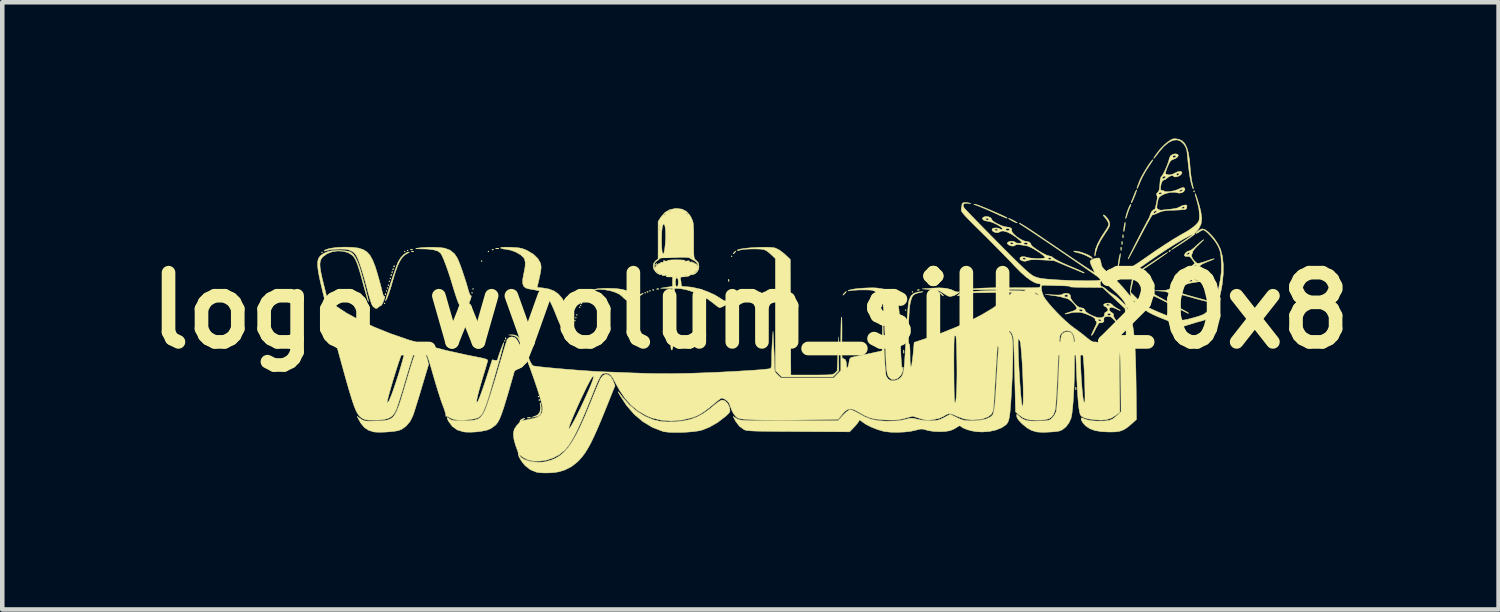
<source format=kicad_pcb>
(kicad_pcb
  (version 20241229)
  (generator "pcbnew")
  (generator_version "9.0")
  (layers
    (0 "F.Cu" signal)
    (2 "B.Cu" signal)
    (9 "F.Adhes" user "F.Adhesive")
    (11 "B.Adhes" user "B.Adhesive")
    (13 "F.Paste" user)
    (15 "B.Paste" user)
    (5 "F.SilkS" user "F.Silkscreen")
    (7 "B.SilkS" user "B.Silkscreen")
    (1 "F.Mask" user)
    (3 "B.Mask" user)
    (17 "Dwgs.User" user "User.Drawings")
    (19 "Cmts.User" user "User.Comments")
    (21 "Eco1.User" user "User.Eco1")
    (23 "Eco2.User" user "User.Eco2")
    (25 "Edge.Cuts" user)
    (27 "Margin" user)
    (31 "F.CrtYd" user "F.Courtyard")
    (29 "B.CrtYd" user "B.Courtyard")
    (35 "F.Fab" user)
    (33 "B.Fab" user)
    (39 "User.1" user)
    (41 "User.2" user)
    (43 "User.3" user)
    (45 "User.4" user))
  (footprint "logo_wyolum_silk_20x8"
    (layer "F.Cu")
    (at 13.469 3.787)
    (property "Reference" "logo_wyolum_silk_20x8" (at 0 0 0) (layer "F.SilkS") (effects (font (size 1.524 1.524) (thickness 0.3))))
    (attr through_hole)
    (fp_poly (pts (xy -9.419 -1.281) (xy -9.43 -1.27) (xy -9.44 -1.281) (xy -9.43 -1.291) (xy -9.419 -1.281)) (stroke (width 0.01) (type solid)) (fill yes) (layer "F.SilkS"))
    (fp_poly (pts (xy -8.043 -0.159) (xy -8.054 -0.148) (xy -8.065 -0.159) (xy -8.054 -0.169) (xy -8.043 -0.159)) (stroke (width 0.01) (type solid)) (fill yes) (layer "F.SilkS"))
    (fp_poly (pts (xy -8.001 -0.434) (xy -8.012 -0.423) (xy -8.022 -0.434) (xy -8.012 -0.445) (xy -8.001 -0.434)) (stroke (width 0.01) (type solid)) (fill yes) (layer "F.SilkS"))
    (fp_poly (pts (xy -7.98 -0.497) (xy -7.99 -0.487) (xy -8.001 -0.497) (xy -7.99 -0.508) (xy -7.98 -0.497)) (stroke (width 0.01) (type solid)) (fill yes) (layer "F.SilkS"))
    (fp_poly (pts (xy -7.959 -0.561) (xy -7.969 -0.55) (xy -7.98 -0.561) (xy -7.969 -0.572) (xy -7.959 -0.561)) (stroke (width 0.01) (type solid)) (fill yes) (layer "F.SilkS"))
    (fp_poly (pts (xy -7.938 -0.646) (xy -7.948 -0.635) (xy -7.959 -0.646) (xy -7.948 -0.656) (xy -7.938 -0.646)) (stroke (width 0.01) (type solid)) (fill yes) (layer "F.SilkS"))
    (fp_poly (pts (xy -7.916 -0.709) (xy -7.927 -0.699) (xy -7.938 -0.709) (xy -7.927 -0.72) (xy -7.916 -0.709)) (stroke (width 0.01) (type solid)) (fill yes) (layer "F.SilkS"))
    (fp_poly (pts (xy -7.599 -1.302) (xy -7.609 -1.291) (xy -7.62 -1.302) (xy -7.609 -1.312) (xy -7.599 -1.302)) (stroke (width 0.01) (type solid)) (fill yes) (layer "F.SilkS"))
    (fp_poly (pts (xy -7.535 -1.323) (xy -7.546 -1.312) (xy -7.556 -1.323) (xy -7.546 -1.333) (xy -7.535 -1.323)) (stroke (width 0.01) (type solid)) (fill yes) (layer "F.SilkS"))
    (fp_poly (pts (xy -6.117 -0.392) (xy -6.128 -0.381) (xy -6.138 -0.392) (xy -6.128 -0.402) (xy -6.117 -0.392)) (stroke (width 0.01) (type solid)) (fill yes) (layer "F.SilkS"))
    (fp_poly (pts (xy -6.096 -0.476) (xy -6.107 -0.466) (xy -6.117 -0.476) (xy -6.107 -0.487) (xy -6.096 -0.476)) (stroke (width 0.01) (type solid)) (fill yes) (layer "F.SilkS"))
    (fp_poly (pts (xy -5.905 -1.09) (xy -5.916 -1.079) (xy -5.927 -1.09) (xy -5.916 -1.101) (xy -5.905 -1.09)) (stroke (width 0.01) (type solid)) (fill yes) (layer "F.SilkS"))
    (fp_poly (pts (xy -5.757 -1.302) (xy -5.768 -1.291) (xy -5.779 -1.302) (xy -5.768 -1.312) (xy -5.757 -1.302)) (stroke (width 0.01) (type solid)) (fill yes) (layer "F.SilkS"))
    (fp_poly (pts (xy -5.397 0.667) (xy -5.408 0.677) (xy -5.419 0.667) (xy -5.408 0.656) (xy -5.397 0.667)) (stroke (width 0.01) (type solid)) (fill yes) (layer "F.SilkS"))
    (fp_poly (pts (xy -4.657 1.894) (xy -4.667 1.905) (xy -4.678 1.894) (xy -4.667 1.884) (xy -4.657 1.894)) (stroke (width 0.01) (type solid)) (fill yes) (layer "F.SilkS"))
    (fp_poly (pts (xy -3.852 0.222) (xy -3.863 0.233) (xy -3.873 0.222) (xy -3.863 0.212) (xy -3.852 0.222)) (stroke (width 0.01) (type solid)) (fill yes) (layer "F.SilkS"))
    (fp_poly (pts (xy -3.831 0.159) (xy -3.842 0.169) (xy -3.852 0.159) (xy -3.842 0.148) (xy -3.831 0.159)) (stroke (width 0.01) (type solid)) (fill yes) (layer "F.SilkS"))
    (fp_poly (pts (xy -3.81 0.095) (xy -3.821 0.106) (xy -3.831 0.095) (xy -3.821 0.085) (xy -3.81 0.095)) (stroke (width 0.01) (type solid)) (fill yes) (layer "F.SilkS"))
    (fp_poly (pts (xy -3.747 -0.074) (xy -3.757 -0.064) (xy -3.768 -0.074) (xy -3.757 -0.085) (xy -3.747 -0.074)) (stroke (width 0.01) (type solid)) (fill yes) (layer "F.SilkS"))
    (fp_poly (pts (xy -3.725 -0.116) (xy -3.736 -0.106) (xy -3.747 -0.116) (xy -3.736 -0.127) (xy -3.725 -0.116)) (stroke (width 0.01) (type solid)) (fill yes) (layer "F.SilkS"))
    (fp_poly (pts (xy -3.704 -0.159) (xy -3.715 -0.148) (xy -3.725 -0.159) (xy -3.715 -0.169) (xy -3.704 -0.159)) (stroke (width 0.01) (type solid)) (fill yes) (layer "F.SilkS"))
    (fp_poly (pts (xy -3.683 -0.201) (xy -3.694 -0.191) (xy -3.704 -0.201) (xy -3.694 -0.212) (xy -3.683 -0.201)) (stroke (width 0.01) (type solid)) (fill yes) (layer "F.SilkS"))
    (fp_poly (pts (xy -2.307 -0.392) (xy -2.318 -0.381) (xy -2.328 -0.392) (xy -2.318 -0.402) (xy -2.307 -0.392)) (stroke (width 0.01) (type solid)) (fill yes) (layer "F.SilkS"))
    (fp_poly (pts (xy -2.201 -0.434) (xy -2.212 -0.423) (xy -2.223 -0.434) (xy -2.212 -0.445) (xy -2.201 -0.434)) (stroke (width 0.01) (type solid)) (fill yes) (layer "F.SilkS"))
    (fp_poly (pts (xy -1.164 -1.005) (xy -1.175 -0.995) (xy -1.185 -1.005) (xy -1.175 -1.016) (xy -1.164 -1.005)) (stroke (width 0.01) (type solid)) (fill yes) (layer "F.SilkS"))
    (fp_poly (pts (xy -0.402 -1.196) (xy -0.413 -1.185) (xy -0.423 -1.196) (xy -0.413 -1.206) (xy -0.402 -1.196)) (stroke (width 0.01) (type solid)) (fill yes) (layer "F.SilkS"))
    (fp_poly (pts (xy 3.429 -0.011) (xy 3.418 0) (xy 3.408 -0.011) (xy 3.418 -0.021) (xy 3.429 -0.011)) (stroke (width 0.01) (type solid)) (fill yes) (layer "F.SilkS"))
    (fp_poly (pts (xy 3.577 -0.413) (xy 3.567 -0.402) (xy 3.556 -0.413) (xy 3.567 -0.423) (xy 3.577 -0.413)) (stroke (width 0.01) (type solid)) (fill yes) (layer "F.SilkS"))
    (fp_poly (pts (xy -8.029 -0.374) (xy -8.027 -0.349) (xy -8.029 -0.346) (xy -8.042 -0.349) (xy -8.043 -0.36) (xy -8.036 -0.377) (xy -8.029 -0.374)) (stroke (width 0.01) (type solid)) (fill yes) (layer "F.SilkS"))
    (fp_poly (pts (xy -7.902 -0.797) (xy -7.9 -0.772) (xy -7.902 -0.769) (xy -7.915 -0.772) (xy -7.916 -0.783) (xy -7.909 -0.801) (xy -7.902 -0.797)) (stroke (width 0.01) (type solid)) (fill yes) (layer "F.SilkS"))
    (fp_poly (pts (xy -7.881 -0.861) (xy -7.879 -0.836) (xy -7.881 -0.833) (xy -7.894 -0.835) (xy -7.895 -0.847) (xy -7.887 -0.864) (xy -7.881 -0.861)) (stroke (width 0.01) (type solid)) (fill yes) (layer "F.SilkS"))
    (fp_poly (pts (xy -7.86 -0.924) (xy -7.857 -0.899) (xy -7.86 -0.896) (xy -7.872 -0.899) (xy -7.874 -0.91) (xy -7.866 -0.928) (xy -7.86 -0.924)) (stroke (width 0.01) (type solid)) (fill yes) (layer "F.SilkS"))
    (fp_poly (pts (xy -7.839 -0.988) (xy -7.836 -0.963) (xy -7.839 -0.96) (xy -7.851 -0.962) (xy -7.853 -0.974) (xy -7.845 -0.991) (xy -7.839 -0.988)) (stroke (width 0.01) (type solid)) (fill yes) (layer "F.SilkS"))
    (fp_poly (pts (xy -7.435 -1.346) (xy -7.442 -1.337) (xy -7.463 -1.335) (xy -7.486 -1.34) (xy -7.476 -1.348) (xy -7.443 -1.35) (xy -7.435 -1.346)) (stroke (width 0.01) (type solid)) (fill yes) (layer "F.SilkS"))
    (fp_poly (pts (xy -7.414 -1.304) (xy -7.42 -1.294) (xy -7.442 -1.293) (xy -7.464 -1.298) (xy -7.455 -1.306) (xy -7.422 -1.308) (xy -7.414 -1.304)) (stroke (width 0.01) (type solid)) (fill yes) (layer "F.SilkS"))
    (fp_poly (pts (xy -5.659 -1.348) (xy -5.661 -1.335) (xy -5.673 -1.333) (xy -5.69 -1.341) (xy -5.687 -1.348) (xy -5.662 -1.35) (xy -5.659 -1.348)) (stroke (width 0.01) (type solid)) (fill yes) (layer "F.SilkS"))
    (fp_poly (pts (xy -5.383 0.6) (xy -5.381 0.625) (xy -5.383 0.628) (xy -5.396 0.625) (xy -5.397 0.614) (xy -5.39 0.596) (xy -5.383 0.6)) (stroke (width 0.01) (type solid)) (fill yes) (layer "F.SilkS"))
    (fp_poly (pts (xy -4.643 1.954) (xy -4.64 1.98) (xy -4.643 1.983) (xy -4.655 1.98) (xy -4.657 1.968) (xy -4.649 1.951) (xy -4.643 1.954)) (stroke (width 0.01) (type solid)) (fill yes) (layer "F.SilkS"))
    (fp_poly (pts (xy -2.251 -0.416) (xy -2.254 -0.404) (xy -2.265 -0.402) (xy -2.282 -0.41) (xy -2.279 -0.416) (xy -2.254 -0.419) (xy -2.251 -0.416)) (stroke (width 0.01) (type solid)) (fill yes) (layer "F.SilkS"))
    (fp_poly (pts (xy -2.124 -0.459) (xy -2.127 -0.446) (xy -2.138 -0.445) (xy -2.155 -0.452) (xy -2.152 -0.459) (xy -2.127 -0.461) (xy -2.124 -0.459)) (stroke (width 0.01) (type solid)) (fill yes) (layer "F.SilkS"))
    (fp_poly (pts (xy -2.017 -0.478) (xy -2.023 -0.469) (xy -2.044 -0.467) (xy -2.067 -0.473) (xy -2.057 -0.48) (xy -2.024 -0.483) (xy -2.017 -0.478)) (stroke (width 0.01) (type solid)) (fill yes) (layer "F.SilkS"))
    (fp_poly (pts (xy -0.472 -0.681) (xy -0.47 -0.648) (xy -0.474 -0.641) (xy -0.484 -0.647) (xy -0.485 -0.669) (xy -0.48 -0.691) (xy -0.472 -0.681)) (stroke (width 0.01) (type solid)) (fill yes) (layer "F.SilkS"))
    (fp_poly (pts (xy 3.72 -0.457) (xy 3.713 -0.448) (xy 3.692 -0.446) (xy 3.669 -0.451) (xy 3.679 -0.459) (xy 3.712 -0.461) (xy 3.72 -0.457)) (stroke (width 0.01) (type solid)) (fill yes) (layer "F.SilkS"))
    (fp_poly (pts (xy 4.671 -0.437) (xy 4.668 -0.425) (xy 4.657 -0.423) (xy 4.639 -0.431) (xy 4.643 -0.437) (xy 4.668 -0.44) (xy 4.671 -0.437)) (stroke (width 0.01) (type solid)) (fill yes) (layer "F.SilkS"))
    (fp_poly (pts (xy 7.168 1.688) (xy 7.171 1.731) (xy 7.168 1.741) (xy 7.161 1.744) (xy 7.158 1.714) (xy 7.161 1.684) (xy 7.168 1.688)) (stroke (width 0.01) (type solid)) (fill yes) (layer "F.SilkS"))
    (fp_poly (pts (xy 9.772 -2.639) (xy 9.774 -2.614) (xy 9.772 -2.611) (xy 9.759 -2.613) (xy 9.758 -2.625) (xy 9.766 -2.642) (xy 9.772 -2.639)) (stroke (width 0.01) (type solid)) (fill yes) (layer "F.SilkS"))
    (fp_poly (pts (xy -5.54 -1.369) (xy -5.539 -1.362) (xy -5.572 -1.359) (xy -5.577 -1.359) (xy -5.61 -1.362) (xy -5.607 -1.368) (xy -5.603 -1.369) (xy -5.557 -1.372) (xy -5.54 -1.369)) (stroke (width 0.01) (type solid)) (fill yes) (layer "F.SilkS"))
    (fp_poly (pts (xy -4.841 2.357) (xy -4.841 2.364) (xy -4.874 2.367) (xy -4.879 2.367) (xy -4.912 2.363) (xy -4.909 2.357) (xy -4.905 2.356) (xy -4.859 2.353) (xy -4.841 2.357)) (stroke (width 0.01) (type solid)) (fill yes) (layer "F.SilkS"))
    (fp_poly (pts (xy -2.06 -1.023) (xy -2.064 -1.016) (xy -2.084 -0.996) (xy -2.087 -0.995) (xy -2.089 -1.009) (xy -2.085 -1.016) (xy -2.065 -1.036) (xy -2.061 -1.037) (xy -2.06 -1.023)) (stroke (width 0.01) (type solid)) (fill yes) (layer "F.SilkS"))
    (fp_poly (pts (xy -0.324 -1.301) (xy -0.336 -1.286) (xy -0.367 -1.253) (xy -0.381 -1.253) (xy -0.381 -1.257) (xy -0.367 -1.274) (xy -0.344 -1.294) (xy -0.319 -1.312) (xy -0.324 -1.301)) (stroke (width 0.01) (type solid)) (fill yes) (layer "F.SilkS"))
    (fp_poly (pts (xy 2.108 -0.41) (xy 2.085 -0.381) (xy 2.053 -0.35) (xy 2.036 -0.339) (xy 2.04 -0.352) (xy 2.064 -0.381) (xy 2.096 -0.412) (xy 2.113 -0.423) (xy 2.108 -0.41)) (stroke (width 0.01) (type solid)) (fill yes) (layer "F.SilkS"))
    (fp_poly (pts (xy 2.892 -0.146) (xy 2.893 -0.142) (xy 2.896 -0.096) (xy 2.893 -0.079) (xy 2.886 -0.078) (xy 2.883 -0.111) (xy 2.883 -0.116) (xy 2.886 -0.149) (xy 2.892 -0.146)) (stroke (width 0.01) (type solid)) (fill yes) (layer "F.SilkS"))
    (fp_poly (pts (xy 3.379 0.87) (xy 3.38 0.874) (xy 3.383 0.92) (xy 3.379 0.937) (xy 3.372 0.938) (xy 3.37 0.905) (xy 3.37 0.9) (xy 3.373 0.867) (xy 3.379 0.87)) (stroke (width 0.01) (type solid)) (fill yes) (layer "F.SilkS"))
    (fp_poly (pts (xy 4.112 -0.416) (xy 4.113 -0.409) (xy 4.08 -0.406) (xy 4.075 -0.406) (xy 4.042 -0.409) (xy 4.045 -0.416) (xy 4.049 -0.417) (xy 4.095 -0.42) (xy 4.112 -0.416)) (stroke (width 0.01) (type solid)) (fill yes) (layer "F.SilkS"))
    (fp_poly (pts (xy 8.163 -1.395) (xy 8.164 -1.391) (xy 8.167 -1.345) (xy 8.163 -1.328) (xy 8.156 -1.327) (xy 8.153 -1.36) (xy 8.153 -1.365) (xy 8.156 -1.398) (xy 8.163 -1.395)) (stroke (width 0.01) (type solid)) (fill yes) (layer "F.SilkS"))
    (fp_poly (pts (xy 8.184 -1.522) (xy 8.185 -1.518) (xy 8.188 -1.472) (xy 8.184 -1.455) (xy 8.177 -1.454) (xy 8.174 -1.487) (xy 8.174 -1.492) (xy 8.178 -1.525) (xy 8.184 -1.522)) (stroke (width 0.01) (type solid)) (fill yes) (layer "F.SilkS"))
    (fp_poly (pts (xy 8.205 -1.67) (xy 8.206 -1.666) (xy 8.209 -1.62) (xy 8.205 -1.603) (xy 8.198 -1.602) (xy 8.196 -1.635) (xy 8.196 -1.64) (xy 8.199 -1.673) (xy 8.205 -1.67)) (stroke (width 0.01) (type solid)) (fill yes) (layer "F.SilkS"))
    (fp_poly (pts (xy 9.243 -1.32) (xy 9.239 -1.312) (xy 9.219 -1.292) (xy 9.216 -1.291) (xy 9.214 -1.305) (xy 9.218 -1.312) (xy 9.238 -1.333) (xy 9.242 -1.333) (xy 9.243 -1.32)) (stroke (width 0.01) (type solid)) (fill yes) (layer "F.SilkS"))
    (fp_poly (pts (xy 4.192 -0.388) (xy 4.223 -0.36) (xy 4.25 -0.327) (xy 4.247 -0.321) (xy 4.214 -0.344) (xy 4.194 -0.361) (xy 4.165 -0.389) (xy 4.163 -0.402) (xy 4.164 -0.402) (xy 4.192 -0.388)) (stroke (width 0.01) (type solid)) (fill yes) (layer "F.SilkS"))
    (fp_poly (pts (xy 10.197 -0.671) (xy 10.209 -0.667) (xy 10.184 -0.664) (xy 10.128 -0.663) (xy 10.074 -0.664) (xy 10.053 -0.667) (xy 10.07 -0.671) (xy 10.07 -0.672) (xy 10.139 -0.675) (xy 10.197 -0.671)) (stroke (width 0.01) (type solid)) (fill yes) (layer "F.SilkS"))
    (fp_poly (pts (xy 5.713 -2.021) (xy 5.765 -1.997) (xy 5.8 -1.979) (xy 5.849 -1.951) (xy 5.874 -1.932) (xy 5.874 -1.928) (xy 5.844 -1.937) (xy 5.792 -1.961) (xy 5.757 -1.979) (xy 5.708 -2.007) (xy 5.683 -2.026) (xy 5.683 -2.03) (xy 5.713 -2.021)) (stroke (width 0.01) (type solid)) (fill yes) (layer "F.SilkS"))
    (fp_poly (pts (xy 8.251 -1.926) (xy 8.248 -1.87) (xy 8.237 -1.801) (xy 8.235 -1.789) (xy 8.224 -1.745) (xy 8.218 -1.741) (xy 8.216 -1.757) (xy 8.22 -1.813) (xy 8.23 -1.882) (xy 8.233 -1.894) (xy 8.244 -1.938) (xy 8.25 -1.942) (xy 8.251 -1.926)) (stroke (width 0.01) (type solid)) (fill yes) (layer "F.SilkS"))
    (fp_poly (pts (xy 8.145 -1.249) (xy 8.142 -1.201) (xy 8.132 -1.129) (xy 8.118 -1.048) (xy 8.105 -0.984) (xy 8.095 -0.949) (xy 8.09 -0.948) (xy 8.089 -0.953) (xy 8.093 -1) (xy 8.103 -1.073) (xy 8.116 -1.154) (xy 8.13 -1.217) (xy 8.14 -1.253) (xy 8.145 -1.254) (xy 8.145 -1.249)) (stroke (width 0.01) (type solid)) (fill yes) (layer "F.SilkS"))
    (fp_poly (pts (xy 8.374 -2.318) (xy 8.359 -2.283) (xy 8.338 -2.236) (xy 8.312 -2.165) (xy 8.293 -2.106) (xy 8.273 -2.045) (xy 8.263 -2.024) (xy 8.262 -2.042) (xy 8.263 -2.056) (xy 8.274 -2.107) (xy 8.294 -2.171) (xy 8.318 -2.238) (xy 8.343 -2.295) (xy 8.364 -2.333) (xy 8.376 -2.341) (xy 8.374 -2.318)) (stroke (width 0.01) (type solid)) (fill yes) (layer "F.SilkS"))
    (fp_poly (pts (xy 8.499 -2.637) (xy 8.484 -2.589) (xy 8.461 -2.526) (xy 8.434 -2.462) (xy 8.41 -2.407) (xy 8.393 -2.375) (xy 8.388 -2.371) (xy 8.386 -2.387) (xy 8.392 -2.408) (xy 8.408 -2.448) (xy 8.433 -2.51) (xy 8.451 -2.556) (xy 8.475 -2.615) (xy 8.495 -2.652) (xy 8.502 -2.659) (xy 8.499 -2.637)) (stroke (width 0.01) (type solid)) (fill yes) (layer "F.SilkS"))
    (fp_poly (pts (xy -4.623 2.041) (xy -4.613 2.073) (xy -4.6 2.15) (xy -4.606 2.227) (xy -4.628 2.287) (xy -4.643 2.305) (xy -4.683 2.324) (xy -4.74 2.338) (xy -4.743 2.339) (xy -4.815 2.349) (xy -4.748 2.328) (xy -4.675 2.29) (xy -4.634 2.231) (xy -4.622 2.145) (xy -4.625 2.107) (xy -4.63 2.047) (xy -4.63 2.026) (xy -4.623 2.041)) (stroke (width 0.01) (type solid)) (fill yes) (layer "F.SilkS"))
    (fp_poly (pts (xy 7.156 -1.31) (xy 7.2 -1.304) (xy 7.277 -1.285) (xy 7.362 -1.256) (xy 7.44 -1.222) (xy 7.497 -1.189) (xy 7.516 -1.172) (xy 7.529 -1.149) (xy 7.509 -1.15) (xy 7.456 -1.176) (xy 7.419 -1.197) (xy 7.345 -1.232) (xy 7.258 -1.262) (xy 7.223 -1.271) (xy 7.154 -1.288) (xy 7.119 -1.302) (xy 7.119 -1.31) (xy 7.156 -1.31)) (stroke (width 0.01) (type solid)) (fill yes) (layer "F.SilkS"))
    (fp_poly (pts (xy 4.304 -0.491) (xy 4.417 -0.463) (xy 4.465 -0.441) (xy 4.523 -0.416) (xy 4.573 -0.409) (xy 4.581 -0.41) (xy 4.607 -0.415) (xy 4.601 -0.404) (xy 4.572 -0.381) (xy 4.489 -0.332) (xy 4.409 -0.311) (xy 4.371 -0.313) (xy 4.33 -0.331) (xy 4.272 -0.365) (xy 4.239 -0.387) (xy 4.189 -0.419) (xy 4.139 -0.44) (xy 4.077 -0.453) (xy 3.989 -0.462) (xy 3.964 -0.464) (xy 3.778 -0.477) (xy 3.974 -0.493) (xy 4.157 -0.501) (xy 4.304 -0.491)) (stroke (width 0.01) (type solid)) (fill yes) (layer "F.SilkS"))
    (fp_poly (pts (xy 4.955 -2.339) (xy 4.992 -2.328) (xy 5.059 -2.303) (xy 5.146 -2.269) (xy 5.246 -2.227) (xy 5.349 -2.183) (xy 5.449 -2.139) (xy 5.537 -2.099) (xy 5.605 -2.067) (xy 5.644 -2.046) (xy 5.649 -2.042) (xy 5.652 -2.033) (xy 5.627 -2.039) (xy 5.571 -2.061) (xy 5.483 -2.099) (xy 5.366 -2.153) (xy 5.258 -2.202) (xy 5.153 -2.247) (xy 5.061 -2.285) (xy 4.996 -2.31) (xy 4.995 -2.31) (xy 4.937 -2.331) (xy 4.918 -2.341) (xy 4.936 -2.342) (xy 4.955 -2.339)) (stroke (width 0.01) (type solid)) (fill yes) (layer "F.SilkS"))
    (fp_poly (pts (xy 8.855 -3.307) (xy 8.828 -3.264) (xy 8.787 -3.201) (xy 8.757 -3.156) (xy 8.696 -3.061) (xy 8.638 -2.956) (xy 8.592 -2.861) (xy 8.583 -2.839) (xy 8.546 -2.75) (xy 8.523 -2.7) (xy 8.511 -2.687) (xy 8.509 -2.696) (xy 8.516 -2.719) (xy 8.534 -2.77) (xy 8.56 -2.84) (xy 8.563 -2.848) (xy 8.59 -2.908) (xy 8.63 -2.984) (xy 8.679 -3.068) (xy 8.73 -3.152) (xy 8.78 -3.227) (xy 8.822 -3.285) (xy 8.852 -3.318) (xy 8.861 -3.323) (xy 8.855 -3.307)) (stroke (width 0.01) (type solid)) (fill yes) (layer "F.SilkS"))
    (fp_poly (pts (xy -7.51 -1.283) (xy -7.537 -1.266) (xy -7.548 -1.261) (xy -7.61 -1.224) (xy -7.666 -1.169) (xy -7.716 -1.091) (xy -7.766 -0.985) (xy -7.816 -0.847) (xy -7.869 -0.672) (xy -7.873 -0.658) (xy -7.906 -0.543) (xy -7.94 -0.435) (xy -7.971 -0.345) (xy -7.995 -0.282) (xy -8 -0.27) (xy -8.022 -0.227) (xy -8.033 -0.213) (xy -8.033 -0.222) (xy -8.013 -0.299) (xy -7.983 -0.401) (xy -7.946 -0.52) (xy -7.906 -0.646) (xy -7.864 -0.771) (xy -7.824 -0.887) (xy -7.789 -0.985) (xy -7.762 -1.055) (xy -7.751 -1.079) (xy -7.699 -1.162) (xy -7.635 -1.231) (xy -7.57 -1.276) (xy -7.516 -1.29) (xy -7.51 -1.283)) (stroke (width 0.01) (type solid)) (fill yes) (layer "F.SilkS"))
    (fp_poly (pts (xy 7.806 -2.088) (xy 7.841 -2.052) (xy 7.874 -2.008) (xy 7.887 -1.985) (xy 7.907 -1.937) (xy 7.912 -1.894) (xy 7.899 -1.845) (xy 7.864 -1.782) (xy 7.809 -1.7) (xy 7.713 -1.549) (xy 7.646 -1.415) (xy 7.606 -1.291) (xy 7.6 -1.264) (xy 7.589 -1.212) (xy 7.583 -1.199) (xy 7.581 -1.223) (xy 7.58 -1.243) (xy 7.594 -1.343) (xy 7.641 -1.466) (xy 7.721 -1.613) (xy 7.779 -1.704) (xy 7.834 -1.786) (xy 7.867 -1.842) (xy 7.883 -1.881) (xy 7.886 -1.91) (xy 7.877 -1.94) (xy 7.875 -1.946) (xy 7.843 -2.003) (xy 7.809 -2.044) (xy 7.778 -2.08) (xy 7.768 -2.102) (xy 7.779 -2.108) (xy 7.806 -2.088)) (stroke (width 0.01) (type solid)) (fill yes) (layer "F.SilkS"))
    (fp_poly (pts (xy -2.959 -0.485) (xy -2.818 -0.466) (xy -2.703 -0.432) (xy -2.607 -0.381) (xy -2.572 -0.356) (xy -2.532 -0.328) (xy -2.5 -0.323) (xy -2.455 -0.34) (xy -2.442 -0.346) (xy -2.382 -0.373) (xy -2.358 -0.38) (xy -2.368 -0.369) (xy -2.411 -0.341) (xy -2.485 -0.297) (xy -2.487 -0.296) (xy -2.573 -0.25) (xy -2.633 -0.223) (xy -2.677 -0.216) (xy -2.715 -0.224) (xy -2.741 -0.237) (xy -2.787 -0.274) (xy -2.82 -0.308) (xy -2.88 -0.358) (xy -2.971 -0.401) (xy -3.082 -0.436) (xy -3.202 -0.458) (xy -3.319 -0.466) (xy -3.413 -0.458) (xy -3.48 -0.431) (xy -3.551 -0.379) (xy -3.566 -0.365) (xy -3.606 -0.329) (xy -3.626 -0.318) (xy -3.624 -0.328) (xy -3.585 -0.388) (xy -3.533 -0.431) (xy -3.462 -0.461) (xy -3.365 -0.48) (xy -3.238 -0.489) (xy -3.133 -0.491) (xy -2.959 -0.485)) (stroke (width 0.01) (type solid)) (fill yes) (layer "F.SilkS"))
    (fp_poly (pts (xy 9.419 -3.773) (xy 9.436 -3.769) (xy 9.506 -3.736) (xy 9.563 -3.676) (xy 9.608 -3.586) (xy 9.643 -3.463) (xy 9.667 -3.305) (xy 9.682 -3.122) (xy 9.692 -3.017) (xy 9.706 -2.911) (xy 9.722 -2.822) (xy 9.726 -2.807) (xy 9.745 -2.727) (xy 9.751 -2.685) (xy 9.746 -2.679) (xy 9.731 -2.713) (xy 9.708 -2.788) (xy 9.708 -2.788) (xy 9.682 -2.899) (xy 9.659 -3.049) (xy 9.636 -3.241) (xy 9.618 -3.433) (xy 9.606 -3.528) (xy 9.583 -3.598) (xy 9.546 -3.658) (xy 9.475 -3.728) (xy 9.393 -3.758) (xy 9.302 -3.749) (xy 9.205 -3.701) (xy 9.102 -3.616) (xy 9 -3.498) (xy 8.939 -3.418) (xy 8.898 -3.368) (xy 8.878 -3.348) (xy 8.881 -3.36) (xy 8.908 -3.403) (xy 8.959 -3.477) (xy 9.029 -3.563) (xy 9.109 -3.646) (xy 9.191 -3.715) (xy 9.265 -3.764) (xy 9.305 -3.78) (xy 9.354 -3.782) (xy 9.419 -3.773)) (stroke (width 0.01) (type solid)) (fill yes) (layer "F.SilkS"))
    (fp_poly (pts (xy 8.867 -0.49) (xy 8.889 -0.461) (xy 8.89 -0.454) (xy 8.874 -0.421) (xy 8.855 -0.406) (xy 8.851 -0.395) (xy 8.868 -0.376) (xy 8.91 -0.347) (xy 8.982 -0.305) (xy 9.085 -0.249) (xy 9.178 -0.2) (xy 9.335 -0.118) (xy 9.456 -0.053) (xy 9.545 -0.005) (xy 9.605 0.029) (xy 9.638 0.051) (xy 9.647 0.061) (xy 9.641 0.062) (xy 9.617 0.052) (xy 9.562 0.025) (xy 9.48 -0.016) (xy 9.378 -0.069) (xy 9.262 -0.13) (xy 9.212 -0.156) (xy 9.09 -0.22) (xy 8.978 -0.276) (xy 8.883 -0.322) (xy 8.81 -0.355) (xy 8.766 -0.371) (xy 8.758 -0.372) (xy 8.716 -0.383) (xy 8.704 -0.411) (xy 8.745 -0.411) (xy 8.752 -0.403) (xy 8.768 -0.402) (xy 8.806 -0.414) (xy 8.817 -0.425) (xy 8.824 -0.454) (xy 8.805 -0.46) (xy 8.772 -0.442) (xy 8.769 -0.438) (xy 8.745 -0.411) (xy 8.704 -0.411) (xy 8.704 -0.411) (xy 8.723 -0.448) (xy 8.76 -0.475) (xy 8.821 -0.495) (xy 8.867 -0.49)) (stroke (width 0.01) (type solid)) (fill yes) (layer "F.SilkS"))
    (fp_poly (pts (xy -6.949 -1.393) (xy -6.83 -1.387) (xy -6.737 -1.375) (xy -6.731 -1.374) (xy -6.61 -1.329) (xy -6.514 -1.25) (xy -6.452 -1.156) (xy -6.423 -1.092) (xy -6.386 -0.996) (xy -6.344 -0.88) (xy -6.302 -0.754) (xy -6.261 -0.627) (xy -6.226 -0.51) (xy -6.213 -0.461) (xy -6.191 -0.392) (xy -6.171 -0.346) (xy -6.157 -0.33) (xy -6.156 -0.33) (xy -6.145 -0.324) (xy -6.149 -0.29) (xy -6.164 -0.24) (xy -6.187 -0.184) (xy -6.2 -0.159) (xy -6.248 -0.107) (xy -6.309 -0.086) (xy -6.37 -0.097) (xy -6.406 -0.125) (xy -6.423 -0.158) (xy -6.45 -0.225) (xy -6.482 -0.318) (xy -6.518 -0.429) (xy -6.553 -0.544) (xy -6.606 -0.718) (xy -6.659 -0.877) (xy -6.709 -1.017) (xy -6.754 -1.133) (xy -6.793 -1.218) (xy -6.822 -1.266) (xy -6.878 -1.308) (xy -6.971 -1.337) (xy -7.101 -1.354) (xy -7.205 -1.357) (xy -7.297 -1.359) (xy -7.35 -1.361) (xy -7.368 -1.365) (xy -7.352 -1.37) (xy -7.313 -1.377) (xy -7.205 -1.388) (xy -7.079 -1.394) (xy -6.949 -1.393)) (stroke (width 0.01) (type solid)) (fill yes) (layer "F.SilkS"))
    (fp_poly (pts (xy -2.907 1.789) (xy -2.879 1.822) (xy -2.828 1.887) (xy -2.807 1.916) (xy -2.662 2.078) (xy -2.497 2.216) (xy -2.32 2.326) (xy -2.137 2.403) (xy -1.984 2.438) (xy -1.827 2.45) (xy -1.655 2.447) (xy -1.484 2.429) (xy -1.333 2.397) (xy -1.315 2.392) (xy -1.175 2.34) (xy -1.044 2.27) (xy -0.91 2.175) (xy -0.816 2.097) (xy -0.733 2.029) (xy -0.666 1.985) (xy -0.621 1.969) (xy -0.62 1.968) (xy -0.558 1.988) (xy -0.504 2.04) (xy -0.466 2.114) (xy -0.456 2.15) (xy -0.45 2.195) (xy -0.454 2.228) (xy -0.476 2.261) (xy -0.522 2.305) (xy -0.553 2.333) (xy -0.722 2.462) (xy -0.905 2.566) (xy -1.058 2.628) (xy -1.147 2.649) (xy -1.264 2.665) (xy -1.399 2.676) (xy -1.541 2.683) (xy -1.679 2.683) (xy -1.801 2.678) (xy -1.898 2.666) (xy -1.928 2.659) (xy -2.155 2.572) (xy -2.365 2.446) (xy -2.556 2.285) (xy -2.727 2.088) (xy -2.867 1.873) (xy -2.899 1.816) (xy -2.913 1.787) (xy -2.907 1.789)) (stroke (width 0.01) (type solid)) (fill yes) (layer "F.SilkS"))
    (fp_poly (pts (xy 0.445 -1.391) (xy 0.519 -1.383) (xy 0.545 -1.378) (xy 0.63 -1.338) (xy 0.728 -1.265) (xy 0.757 -1.24) (xy 0.878 -1.126) (xy 0.884 0.146) (xy 0.89 1.418) (xy 1.351 1.418) (xy 1.503 1.418) (xy 1.618 1.417) (xy 1.703 1.415) (xy 1.762 1.411) (xy 1.802 1.405) (xy 1.829 1.396) (xy 1.849 1.384) (xy 1.859 1.375) (xy 1.892 1.343) (xy 1.908 1.327) (xy 1.91 1.306) (xy 1.913 1.249) (xy 1.917 1.163) (xy 1.921 1.056) (xy 1.925 0.953) (xy 1.939 0.582) (xy 1.947 1.325) (xy 1.881 1.393) (xy 1.815 1.46) (xy 0.686 1.46) (xy 0.618 1.391) (xy 0.55 1.321) (xy 0.55 -1.145) (xy 0.471 -1.22) (xy 0.408 -1.277) (xy 0.357 -1.315) (xy 0.307 -1.339) (xy 0.247 -1.351) (xy 0.165 -1.356) (xy 0.072 -1.357) (xy -0.029 -1.355) (xy -0.121 -1.35) (xy -0.19 -1.342) (xy -0.22 -1.335) (xy -0.265 -1.321) (xy -0.29 -1.32) (xy -0.29 -1.32) (xy -0.285 -1.335) (xy -0.244 -1.349) (xy -0.176 -1.362) (xy -0.085 -1.374) (xy 0.019 -1.383) (xy 0.132 -1.39) (xy 0.245 -1.394) (xy 0.352 -1.395) (xy 0.445 -1.391)) (stroke (width 0.01) (type solid)) (fill yes) (layer "F.SilkS"))
    (fp_poly (pts (xy -7.244 0.875) (xy -7.204 0.902) (xy -7.156 0.956) (xy -7.12 1.042) (xy -7.114 1.064) (xy -7.083 1.183) (xy -7.234 1.687) (xy -7.278 1.835) (xy -7.321 1.976) (xy -7.361 2.103) (xy -7.394 2.21) (xy -7.42 2.287) (xy -7.431 2.318) (xy -7.492 2.44) (xy -7.576 2.54) (xy -7.674 2.612) (xy -7.749 2.641) (xy -7.829 2.656) (xy -7.932 2.667) (xy -8.044 2.675) (xy -8.152 2.678) (xy -8.243 2.676) (xy -8.297 2.67) (xy -8.407 2.634) (xy -8.496 2.575) (xy -8.571 2.486) (xy -8.622 2.398) (xy -8.658 2.329) (xy -8.578 2.384) (xy -8.542 2.407) (xy -8.509 2.422) (xy -8.469 2.43) (xy -8.412 2.433) (xy -8.329 2.433) (xy -8.243 2.43) (xy -8.138 2.426) (xy -8.051 2.419) (xy -7.979 2.406) (xy -7.92 2.381) (xy -7.869 2.342) (xy -7.825 2.285) (xy -7.784 2.206) (xy -7.742 2.101) (xy -7.697 1.966) (xy -7.645 1.797) (xy -7.597 1.634) (xy -7.541 1.446) (xy -7.496 1.295) (xy -7.459 1.176) (xy -7.43 1.084) (xy -7.406 1.017) (xy -7.387 0.969) (xy -7.37 0.937) (xy -7.354 0.916) (xy -7.338 0.901) (xy -7.319 0.89) (xy -7.277 0.871) (xy -7.244 0.875)) (stroke (width 0.01) (type solid)) (fill yes) (layer "F.SilkS"))
    (fp_poly (pts (xy -5.186 0.594) (xy -5.179 0.599) (xy -5.142 0.638) (xy -5.106 0.699) (xy -5.091 0.732) (xy -5.053 0.833) (xy -5.206 1.374) (xy -5.274 1.612) (xy -5.332 1.813) (xy -5.382 1.98) (xy -5.424 2.117) (xy -5.461 2.228) (xy -5.493 2.315) (xy -5.521 2.384) (xy -5.548 2.436) (xy -5.574 2.477) (xy -5.6 2.509) (xy -5.61 2.52) (xy -5.716 2.598) (xy -5.804 2.633) (xy -5.907 2.654) (xy -6.028 2.67) (xy -6.152 2.677) (xy -6.261 2.675) (xy -6.318 2.669) (xy -6.452 2.627) (xy -6.56 2.551) (xy -6.643 2.441) (xy -6.655 2.418) (xy -6.676 2.368) (xy -6.671 2.351) (xy -6.64 2.369) (xy -6.619 2.387) (xy -6.595 2.403) (xy -6.559 2.413) (xy -6.503 2.42) (xy -6.42 2.423) (xy -6.321 2.424) (xy -6.185 2.421) (xy -6.084 2.412) (xy -6.008 2.391) (xy -5.951 2.356) (xy -5.905 2.302) (xy -5.86 2.226) (xy -5.848 2.201) (xy -5.825 2.148) (xy -5.793 2.059) (xy -5.754 1.942) (xy -5.709 1.802) (xy -5.66 1.646) (xy -5.609 1.478) (xy -5.576 1.366) (xy -5.528 1.2) (xy -5.482 1.046) (xy -5.441 0.909) (xy -5.406 0.794) (xy -5.378 0.706) (xy -5.36 0.649) (xy -5.353 0.631) (xy -5.31 0.591) (xy -5.249 0.578) (xy -5.186 0.594)) (stroke (width 0.01) (type solid)) (fill yes) (layer "F.SilkS"))
    (fp_poly (pts (xy -8.763 -1.392) (xy -8.633 -1.377) (xy -8.529 -1.345) (xy -8.444 -1.293) (xy -8.375 -1.217) (xy -8.316 -1.112) (xy -8.261 -0.974) (xy -8.207 -0.799) (xy -8.204 -0.788) (xy -8.173 -0.677) (xy -8.143 -0.569) (xy -8.119 -0.475) (xy -8.106 -0.419) (xy -8.089 -0.356) (xy -8.072 -0.317) (xy -8.061 -0.309) (xy -8.048 -0.315) (xy -8.045 -0.306) (xy -8.054 -0.274) (xy -8.075 -0.211) (xy -8.077 -0.205) (xy -8.102 -0.148) (xy -8.127 -0.112) (xy -8.138 -0.106) (xy -8.173 -0.091) (xy -8.191 -0.074) (xy -8.221 -0.047) (xy -8.253 -0.049) (xy -8.298 -0.081) (xy -8.318 -0.104) (xy -8.339 -0.146) (xy -8.362 -0.21) (xy -8.39 -0.303) (xy -8.425 -0.429) (xy -8.447 -0.514) (xy -8.484 -0.652) (xy -8.523 -0.789) (xy -8.562 -0.916) (xy -8.596 -1.02) (xy -8.619 -1.083) (xy -8.656 -1.171) (xy -8.687 -1.23) (xy -8.719 -1.268) (xy -8.759 -1.298) (xy -8.774 -1.306) (xy -8.824 -1.33) (xy -8.877 -1.345) (xy -8.947 -1.352) (xy -9.046 -1.353) (xy -9.049 -1.353) (xy -9.145 -1.35) (xy -9.235 -1.341) (xy -9.304 -1.329) (xy -9.318 -1.325) (xy -9.365 -1.311) (xy -9.386 -1.311) (xy -9.386 -1.314) (xy -9.35 -1.34) (xy -9.279 -1.362) (xy -9.182 -1.38) (xy -9.065 -1.392) (xy -8.938 -1.397) (xy -8.923 -1.397) (xy -8.763 -1.392)) (stroke (width 0.01) (type solid)) (fill yes) (layer "F.SilkS"))
    (fp_poly (pts (xy 2.783 -0.497) (xy 2.907 -0.479) (xy 3.002 -0.447) (xy 3.082 -0.395) (xy 3.152 -0.325) (xy 3.19 -0.278) (xy 3.22 -0.229) (xy 3.242 -0.173) (xy 3.259 -0.103) (xy 3.271 -0.013) (xy 3.28 0.104) (xy 3.287 0.252) (xy 3.291 0.37) (xy 3.299 0.621) (xy 3.307 0.832) (xy 3.314 1.003) (xy 3.322 1.133) (xy 3.33 1.221) (xy 3.337 1.269) (xy 3.344 1.274) (xy 3.346 1.27) (xy 3.357 1.242) (xy 3.363 1.249) (xy 3.353 1.334) (xy 3.317 1.415) (xy 3.263 1.476) (xy 3.253 1.483) (xy 3.173 1.518) (xy 3.109 1.516) (xy 3.055 1.475) (xy 3.051 1.471) (xy 3.033 1.443) (xy 3.018 1.408) (xy 3.007 1.36) (xy 2.997 1.295) (xy 2.99 1.207) (xy 2.983 1.091) (xy 2.977 0.941) (xy 2.973 0.815) (xy 2.963 0.533) (xy 2.952 0.292) (xy 2.94 0.094) (xy 2.927 -0.063) (xy 2.913 -0.178) (xy 2.898 -0.252) (xy 2.889 -0.275) (xy 2.852 -0.327) (xy 2.798 -0.381) (xy 2.78 -0.396) (xy 2.741 -0.423) (xy 2.705 -0.44) (xy 2.661 -0.45) (xy 2.596 -0.454) (xy 2.502 -0.455) (xy 2.489 -0.455) (xy 2.389 -0.454) (xy 2.297 -0.449) (xy 2.226 -0.443) (xy 2.201 -0.44) (xy 2.157 -0.432) (xy 2.15 -0.436) (xy 2.166 -0.447) (xy 2.21 -0.461) (xy 2.287 -0.475) (xy 2.386 -0.486) (xy 2.496 -0.495) (xy 2.607 -0.5) (xy 2.709 -0.501) (xy 2.783 -0.497)) (stroke (width 0.01) (type solid)) (fill yes) (layer "F.SilkS"))
    (fp_poly (pts (xy 7.021 0.47) (xy 7.058 0.488) (xy 7.086 0.522) (xy 7.106 0.578) (xy 7.12 0.659) (xy 7.128 0.77) (xy 7.133 0.916) (xy 7.134 1.056) (xy 7.134 1.259) (xy 7.13 1.463) (xy 7.124 1.66) (xy 7.115 1.847) (xy 7.104 2.015) (xy 7.091 2.161) (xy 7.077 2.277) (xy 7.061 2.358) (xy 7.058 2.371) (xy 7.012 2.473) (xy 6.944 2.561) (xy 6.864 2.625) (xy 6.794 2.653) (xy 6.712 2.665) (xy 6.609 2.673) (xy 6.5 2.678) (xy 6.397 2.678) (xy 6.318 2.673) (xy 6.297 2.67) (xy 6.192 2.639) (xy 6.093 2.584) (xy 5.989 2.499) (xy 5.968 2.479) (xy 5.901 2.407) (xy 5.867 2.349) (xy 5.863 2.329) (xy 5.863 2.279) (xy 5.911 2.322) (xy 5.971 2.371) (xy 6.032 2.404) (xy 6.104 2.424) (xy 6.197 2.432) (xy 6.319 2.432) (xy 6.341 2.431) (xy 6.446 2.427) (xy 6.517 2.422) (xy 6.565 2.414) (xy 6.598 2.4) (xy 6.627 2.379) (xy 6.642 2.364) (xy 6.69 2.304) (xy 6.725 2.234) (xy 6.728 2.227) (xy 6.735 2.185) (xy 6.744 2.106) (xy 6.752 2) (xy 6.761 1.871) (xy 6.769 1.726) (xy 6.774 1.609) (xy 6.784 1.367) (xy 6.793 1.165) (xy 6.802 0.997) (xy 6.81 0.861) (xy 6.817 0.754) (xy 6.825 0.671) (xy 6.833 0.609) (xy 6.842 0.564) (xy 6.853 0.534) (xy 6.864 0.513) (xy 6.868 0.508) (xy 6.925 0.474) (xy 6.975 0.466) (xy 7.021 0.47)) (stroke (width 0.01) (type solid)) (fill yes) (layer "F.SilkS"))
    (fp_poly (pts (xy -5.331 -1.395) (xy -5.272 -1.393) (xy -5.164 -1.387) (xy -5.085 -1.379) (xy -5.023 -1.365) (xy -4.963 -1.344) (xy -4.904 -1.316) (xy -4.775 -1.238) (xy -4.681 -1.148) (xy -4.624 -1.05) (xy -4.618 -1.029) (xy -4.609 -0.986) (xy -4.608 -0.935) (xy -4.616 -0.869) (xy -4.633 -0.78) (xy -4.66 -0.659) (xy -4.664 -0.642) (xy -4.695 -0.511) (xy -4.554 -0.496) (xy -4.428 -0.473) (xy -4.32 -0.43) (xy -4.227 -0.364) (xy -4.145 -0.269) (xy -4.069 -0.142) (xy -3.996 0.021) (xy -3.958 0.122) (xy -3.931 0.189) (xy -3.907 0.236) (xy -3.892 0.254) (xy -3.887 0.27) (xy -3.897 0.309) (xy -3.917 0.357) (xy -3.942 0.402) (xy -3.964 0.428) (xy -4.018 0.443) (xy -4.081 0.439) (xy -4.131 0.417) (xy -4.134 0.414) (xy -4.153 0.383) (xy -4.184 0.321) (xy -4.22 0.239) (xy -4.255 0.155) (xy -4.317 -0.001) (xy -4.37 -0.122) (xy -4.417 -0.214) (xy -4.459 -0.285) (xy -4.501 -0.34) (xy -4.514 -0.354) (xy -4.552 -0.388) (xy -4.598 -0.415) (xy -4.659 -0.436) (xy -4.745 -0.455) (xy -4.864 -0.475) (xy -4.873 -0.476) (xy -4.944 -0.497) (xy -4.99 -0.535) (xy -5.013 -0.595) (xy -5.013 -0.683) (xy -4.992 -0.802) (xy -4.984 -0.836) (xy -4.96 -0.965) (xy -4.956 -1.064) (xy -4.974 -1.136) (xy -4.993 -1.167) (xy -5.062 -1.23) (xy -5.159 -1.286) (xy -5.27 -1.328) (xy -5.378 -1.349) (xy -5.444 -1.358) (xy -5.49 -1.371) (xy -5.503 -1.381) (xy -5.483 -1.391) (xy -5.424 -1.395) (xy -5.331 -1.395)) (stroke (width 0.01) (type solid)) (fill yes) (layer "F.SilkS"))
    (fp_poly (pts (xy 9.799 -2.564) (xy 9.817 -2.518) (xy 9.84 -2.449) (xy 9.866 -2.366) (xy 9.891 -2.276) (xy 9.913 -2.19) (xy 9.916 -2.176) (xy 9.936 -2.03) (xy 9.921 -1.907) (xy 9.872 -1.804) (xy 9.836 -1.761) (xy 9.798 -1.718) (xy 9.779 -1.69) (xy 9.779 -1.684) (xy 9.766 -1.67) (xy 9.724 -1.638) (xy 9.657 -1.591) (xy 9.573 -1.534) (xy 9.53 -1.505) (xy 9.439 -1.446) (xy 9.362 -1.397) (xy 9.305 -1.362) (xy 9.275 -1.345) (xy 9.271 -1.344) (xy 9.288 -1.359) (xy 9.333 -1.392) (xy 9.401 -1.439) (xy 9.484 -1.495) (xy 9.499 -1.505) (xy 9.611 -1.581) (xy 9.689 -1.635) (xy 9.734 -1.668) (xy 9.746 -1.681) (xy 9.727 -1.676) (xy 9.679 -1.653) (xy 9.675 -1.651) (xy 9.535 -1.576) (xy 9.367 -1.476) (xy 9.174 -1.354) (xy 8.962 -1.214) (xy 8.752 -1.07) (xy 8.618 -0.976) (xy 8.513 -0.904) (xy 8.434 -0.849) (xy 8.374 -0.809) (xy 8.33 -0.782) (xy 8.296 -0.763) (xy 8.267 -0.751) (xy 8.239 -0.743) (xy 8.206 -0.734) (xy 8.188 -0.729) (xy 8.082 -0.701) (xy 8.095 -0.753) (xy 8.097 -0.792) (xy 8.086 -0.804) (xy 8.07 -0.822) (xy 8.067 -0.852) (xy 8.071 -0.881) (xy 8.077 -0.869) (xy 8.079 -0.863) (xy 8.085 -0.84) (xy 8.093 -0.83) (xy 8.115 -0.832) (xy 8.16 -0.846) (xy 8.215 -0.864) (xy 8.278 -0.893) (xy 8.37 -0.945) (xy 8.487 -1.018) (xy 8.622 -1.109) (xy 8.689 -1.155) (xy 8.92 -1.316) (xy 9.125 -1.452) (xy 9.308 -1.569) (xy 9.477 -1.669) (xy 9.578 -1.725) (xy 9.662 -1.776) (xy 9.743 -1.834) (xy 9.804 -1.886) (xy 9.805 -1.888) (xy 9.849 -1.936) (xy 9.873 -1.977) (xy 9.883 -2.026) (xy 9.885 -2.101) (xy 9.885 -2.106) (xy 9.872 -2.242) (xy 9.838 -2.39) (xy 9.833 -2.406) (xy 9.81 -2.483) (xy 9.794 -2.542) (xy 9.788 -2.575) (xy 9.788 -2.577) (xy 9.799 -2.564)) (stroke (width 0.01) (type solid)) (fill yes) (layer "F.SilkS"))
    (fp_poly (pts (xy 5.666 0.455) (xy 5.721 0.494) (xy 5.756 0.566) (xy 5.767 0.631) (xy 5.774 0.734) (xy 5.777 0.87) (xy 5.777 1.035) (xy 5.773 1.226) (xy 5.765 1.437) (xy 5.754 1.665) (xy 5.747 1.799) (xy 5.735 1.984) (xy 5.724 2.131) (xy 5.714 2.246) (xy 5.702 2.333) (xy 5.689 2.399) (xy 5.673 2.446) (xy 5.653 2.481) (xy 5.63 2.509) (xy 5.625 2.514) (xy 5.53 2.579) (xy 5.404 2.629) (xy 5.259 2.661) (xy 5.103 2.672) (xy 4.968 2.665) (xy 4.869 2.647) (xy 4.774 2.621) (xy 4.694 2.589) (xy 4.64 2.557) (xy 4.626 2.542) (xy 4.601 2.536) (xy 4.551 2.564) (xy 4.544 2.57) (xy 4.476 2.61) (xy 4.4 2.641) (xy 4.392 2.644) (xy 4.289 2.661) (xy 4.164 2.666) (xy 4.034 2.66) (xy 3.919 2.642) (xy 3.881 2.632) (xy 3.817 2.613) (xy 3.768 2.607) (xy 3.716 2.613) (xy 3.643 2.632) (xy 3.636 2.634) (xy 3.52 2.659) (xy 3.379 2.674) (xy 3.228 2.68) (xy 3.084 2.677) (xy 2.96 2.663) (xy 2.93 2.657) (xy 2.797 2.618) (xy 2.664 2.565) (xy 2.545 2.505) (xy 2.479 2.461) (xy 2.406 2.405) (xy 2.373 2.457) (xy 2.339 2.502) (xy 2.289 2.56) (xy 2.262 2.588) (xy 2.183 2.669) (xy 1.055 2.663) (xy 0.805 2.661) (xy 0.595 2.66) (xy 0.42 2.658) (xy 0.276 2.656) (xy 0.161 2.654) (xy 0.071 2.651) (xy 0.002 2.647) (xy -0.05 2.643) (xy -0.088 2.637) (xy -0.115 2.631) (xy -0.135 2.623) (xy -0.142 2.619) (xy -0.243 2.545) (xy -0.322 2.442) (xy -0.341 2.408) (xy -0.381 2.33) (xy -0.302 2.377) (xy -0.283 2.387) (xy -0.264 2.396) (xy -0.241 2.403) (xy -0.209 2.409) (xy -0.166 2.414) (xy -0.108 2.417) (xy -0.03 2.42) (xy 0.07 2.422) (xy 0.197 2.423) (xy 0.354 2.423) (xy 0.545 2.424) (xy 0.773 2.424) (xy 0.853 2.424) (xy 1.928 2.424) (xy 2.04 2.302) (xy 2.113 2.231) (xy 2.17 2.19) (xy 2.199 2.18) (xy 2.239 2.191) (xy 2.302 2.219) (xy 2.376 2.259) (xy 2.388 2.266) (xy 2.527 2.341) (xy 2.662 2.392) (xy 2.805 2.421) (xy 2.969 2.433) (xy 3.035 2.434) (xy 3.2 2.429) (xy 3.333 2.413) (xy 3.411 2.395) (xy 3.489 2.375) (xy 3.544 2.368) (xy 3.595 2.372) (xy 3.657 2.388) (xy 3.665 2.39) (xy 3.752 2.408) (xy 3.863 2.42) (xy 3.958 2.423) (xy 4.052 2.42) (xy 4.12 2.413) (xy 4.179 2.395) (xy 4.243 2.365) (xy 4.268 2.352) (xy 4.398 2.282) (xy 4.543 2.353) (xy 4.616 2.387) (xy 4.676 2.408) (xy 4.737 2.419) (xy 4.815 2.423) (xy 4.889 2.424) (xy 5.057 2.414) (xy 5.19 2.386) (xy 5.287 2.339) (xy 5.323 2.307) (xy 5.338 2.284) (xy 5.351 2.247) (xy 5.363 2.192) (xy 5.374 2.116) (xy 5.384 2.014) (xy 5.395 1.881) (xy 5.405 1.715) (xy 5.417 1.511) (xy 5.418 1.503) (xy 5.431 1.267) (xy 5.443 1.071) (xy 5.455 0.909) (xy 5.467 0.779) (xy 5.479 0.677) (xy 5.493 0.599) (xy 5.509 0.542) (xy 5.527 0.503) (xy 5.549 0.477) (xy 5.574 0.461) (xy 5.597 0.454) (xy 5.666 0.455)) (stroke (width 0.01) (type solid)) (fill yes) (layer "F.SilkS"))
    (fp_poly (pts (xy 9.972 -1.552) (xy 9.938 -1.518) (xy 9.89 -1.472) (xy 9.825 -1.408) (xy 9.773 -1.351) (xy 9.742 -1.309) (xy 9.737 -1.294) (xy 9.724 -1.248) (xy 9.713 -1.234) (xy 9.709 -1.203) (xy 9.728 -1.157) (xy 9.763 -1.106) (xy 9.803 -1.063) (xy 9.841 -1.039) (xy 9.851 -1.038) (xy 9.889 -1.044) (xy 9.954 -1.062) (xy 10.032 -1.088) (xy 10.037 -1.09) (xy 10.112 -1.116) (xy 10.173 -1.134) (xy 10.207 -1.142) (xy 10.209 -1.142) (xy 10.202 -1.135) (xy 10.164 -1.116) (xy 10.1 -1.09) (xy 10.068 -1.078) (xy 9.956 -1.03) (xy 9.879 -0.978) (xy 9.827 -0.916) (xy 9.794 -0.836) (xy 9.788 -0.816) (xy 9.772 -0.737) (xy 9.778 -0.688) (xy 9.811 -0.663) (xy 9.876 -0.654) (xy 9.893 -0.653) (xy 10.001 -0.65) (xy 9.864 -0.634) (xy 9.777 -0.621) (xy 9.695 -0.607) (xy 9.648 -0.597) (xy 9.589 -0.576) (xy 9.519 -0.542) (xy 9.451 -0.503) (xy 9.395 -0.466) (xy 9.364 -0.436) (xy 9.362 -0.432) (xy 9.379 -0.42) (xy 9.431 -0.399) (xy 9.511 -0.372) (xy 9.614 -0.341) (xy 9.731 -0.308) (xy 9.851 -0.275) (xy 9.956 -0.246) (xy 10.039 -0.222) (xy 10.095 -0.205) (xy 10.116 -0.198) (xy 10.113 -0.19) (xy 10.07 -0.196) (xy 9.986 -0.215) (xy 9.863 -0.247) (xy 9.7 -0.293) (xy 9.686 -0.297) (xy 9.525 -0.341) (xy 9.401 -0.37) (xy 9.314 -0.385) (xy 9.26 -0.387) (xy 9.257 -0.387) (xy 9.206 -0.385) (xy 9.186 -0.398) (xy 9.186 -0.398) (xy 9.167 -0.412) (xy 9.125 -0.42) (xy 9.24 -0.42) (xy 9.242 -0.417) (xy 9.27 -0.413) (xy 9.302 -0.428) (xy 9.313 -0.447) (xy 9.298 -0.463) (xy 9.266 -0.463) (xy 9.241 -0.447) (xy 9.24 -0.42) (xy 9.125 -0.42) (xy 9.113 -0.423) (xy 9.043 -0.429) (xy 8.901 -0.436) (xy 9.044 -0.44) (xy 9.147 -0.449) (xy 9.221 -0.469) (xy 9.24 -0.479) (xy 9.293 -0.5) (xy 9.337 -0.501) (xy 9.384 -0.505) (xy 9.448 -0.528) (xy 9.515 -0.564) (xy 9.571 -0.604) (xy 9.601 -0.641) (xy 9.601 -0.642) (xy 9.612 -0.656) (xy 9.663 -0.656) (xy 9.667 -0.638) (xy 9.681 -0.635) (xy 9.718 -0.647) (xy 9.726 -0.656) (xy 9.722 -0.674) (xy 9.707 -0.677) (xy 9.671 -0.665) (xy 9.663 -0.656) (xy 9.612 -0.656) (xy 9.628 -0.676) (xy 9.677 -0.708) (xy 9.683 -0.71) (xy 9.739 -0.746) (xy 9.765 -0.802) (xy 9.766 -0.806) (xy 9.776 -0.868) (xy 9.776 -0.899) (xy 9.762 -0.909) (xy 9.748 -0.91) (xy 9.71 -0.923) (xy 9.704 -0.955) (xy 9.717 -0.974) (xy 9.758 -0.974) (xy 9.775 -0.955) (xy 9.788 -0.953) (xy 9.824 -0.965) (xy 9.832 -0.974) (xy 9.825 -0.99) (xy 9.801 -0.995) (xy 9.766 -0.986) (xy 9.758 -0.974) (xy 9.717 -0.974) (xy 9.731 -0.994) (xy 9.736 -0.999) (xy 9.784 -1.038) (xy 9.73 -1.119) (xy 9.691 -1.171) (xy 9.657 -1.192) (xy 9.624 -1.191) (xy 9.579 -1.192) (xy 9.557 -1.206) (xy 9.558 -1.237) (xy 9.592 -1.237) (xy 9.6 -1.229) (xy 9.614 -1.228) (xy 9.652 -1.24) (xy 9.663 -1.25) (xy 9.671 -1.277) (xy 9.652 -1.279) (xy 9.619 -1.26) (xy 9.592 -1.237) (xy 9.558 -1.237) (xy 9.558 -1.239) (xy 9.585 -1.276) (xy 9.625 -1.305) (xy 9.655 -1.312) (xy 9.691 -1.326) (xy 9.743 -1.363) (xy 9.783 -1.398) (xy 9.851 -1.461) (xy 9.925 -1.523) (xy 9.958 -1.549) (xy 9.979 -1.563) (xy 9.972 -1.552)) (stroke (width 0.01) (type solid)) (fill yes) (layer "F.SilkS"))
    (fp_poly (pts (xy 7.004 -0.371) (xy 7.024 -0.362) (xy 7.044 -0.329) (xy 7.045 -0.3) (xy 7.056 -0.261) (xy 7.091 -0.208) (xy 7.14 -0.151) (xy 7.193 -0.101) (xy 7.241 -0.07) (xy 7.263 -0.064) (xy 7.327 -0.052) (xy 7.362 -0.021) (xy 7.366 -0.002) (xy 7.384 0.026) (xy 7.432 0.061) (xy 7.497 0.097) (xy 7.569 0.13) (xy 7.637 0.152) (xy 7.678 0.159) (xy 7.744 0.151) (xy 7.787 0.125) (xy 7.796 0.085) (xy 7.795 0.085) (xy 7.853 0.085) (xy 7.871 0.102) (xy 7.895 0.106) (xy 7.93 0.097) (xy 7.938 0.085) (xy 7.92 0.067) (xy 7.895 0.064) (xy 7.861 0.072) (xy 7.853 0.085) (xy 7.795 0.085) (xy 7.795 0.083) (xy 7.803 0.047) (xy 7.83 0.032) (xy 7.867 0.005) (xy 7.87 -0.033) (xy 7.84 -0.07) (xy 7.819 -0.082) (xy 7.779 -0.11) (xy 7.779 -0.127) (xy 7.832 -0.127) (xy 7.849 -0.11) (xy 7.875 -0.106) (xy 7.905 -0.114) (xy 7.906 -0.127) (xy 7.875 -0.146) (xy 7.862 -0.148) (xy 7.835 -0.136) (xy 7.832 -0.127) (xy 7.779 -0.127) (xy 7.779 -0.138) (xy 7.816 -0.158) (xy 7.858 -0.165) (xy 7.921 -0.162) (xy 7.959 -0.135) (xy 7.962 -0.131) (xy 7.998 -0.096) (xy 8.055 -0.058) (xy 8.075 -0.046) (xy 8.122 -0.02) (xy 8.144 -0.004) (xy 8.143 -0.001) (xy 8.115 -0.009) (xy 8.066 -0.031) (xy 8.044 -0.042) (xy 7.986 -0.065) (xy 7.939 -0.073) (xy 7.928 -0.072) (xy 7.899 -0.044) (xy 7.901 -0.005) (xy 7.934 0.031) (xy 7.949 0.039) (xy 7.989 0.069) (xy 7.992 0.101) (xy 8 0.142) (xy 8.041 0.209) (xy 8.085 0.265) (xy 8.135 0.327) (xy 8.173 0.378) (xy 8.19 0.408) (xy 8.191 0.411) (xy 8.179 0.404) (xy 8.147 0.37) (xy 8.1 0.316) (xy 8.07 0.279) (xy 8.006 0.203) (xy 7.958 0.156) (xy 7.92 0.133) (xy 7.892 0.127) (xy 7.819 0.134) (xy 7.783 0.156) (xy 7.78 0.198) (xy 7.781 0.201) (xy 7.781 0.243) (xy 7.749 0.264) (xy 7.706 0.271) (xy 7.687 0.267) (xy 7.67 0.279) (xy 7.642 0.322) (xy 7.607 0.386) (xy 7.598 0.403) (xy 7.563 0.473) (xy 7.532 0.525) (xy 7.512 0.549) (xy 7.51 0.55) (xy 7.51 0.533) (xy 7.527 0.487) (xy 7.557 0.422) (xy 7.566 0.404) (xy 7.603 0.328) (xy 7.621 0.281) (xy 7.623 0.252) (xy 7.61 0.233) (xy 7.609 0.232) (xy 7.594 0.212) (xy 7.652 0.212) (xy 7.682 0.231) (xy 7.695 0.233) (xy 7.723 0.221) (xy 7.726 0.212) (xy 7.708 0.195) (xy 7.682 0.191) (xy 7.653 0.199) (xy 7.652 0.212) (xy 7.594 0.212) (xy 7.588 0.203) (xy 7.589 0.189) (xy 7.58 0.169) (xy 7.539 0.141) (xy 7.477 0.11) (xy 7.404 0.08) (xy 7.329 0.054) (xy 7.261 0.038) (xy 7.247 0.036) (xy 7.117 0.038) (xy 7.037 0.054) (xy 6.977 0.07) (xy 6.936 0.076) (xy 6.926 0.075) (xy 6.939 0.065) (xy 6.984 0.048) (xy 7.045 0.029) (xy 7.114 0.006) (xy 7.153 -0.013) (xy 7.225 -0.013) (xy 7.243 0.003) (xy 7.285 0.02) (xy 7.311 0.004) (xy 7.312 0.002) (xy 7.309 -0.019) (xy 7.279 -0.03) (xy 7.243 -0.026) (xy 7.225 -0.013) (xy 7.153 -0.013) (xy 7.165 -0.02) (xy 7.186 -0.039) (xy 7.179 -0.073) (xy 7.146 -0.122) (xy 7.097 -0.176) (xy 7.04 -0.225) (xy 6.985 -0.261) (xy 6.942 -0.275) (xy 6.894 -0.281) (xy 6.871 -0.291) (xy 6.844 -0.301) (xy 6.785 -0.313) (xy 6.721 -0.324) (xy 6.91 -0.324) (xy 6.912 -0.315) (xy 6.943 -0.298) (xy 6.982 -0.304) (xy 6.994 -0.316) (xy 6.991 -0.337) (xy 6.962 -0.348) (xy 6.927 -0.344) (xy 6.91 -0.324) (xy 6.721 -0.324) (xy 6.706 -0.327) (xy 6.671 -0.331) (xy 6.488 -0.356) (xy 6.67 -0.345) (xy 6.778 -0.342) (xy 6.844 -0.347) (xy 6.867 -0.358) (xy 6.899 -0.375) (xy 6.951 -0.38) (xy 7.004 -0.371)) (stroke (width 0.01) (type solid)) (fill yes) (layer "F.SilkS"))
    (fp_poly (pts (xy 5.234 -2.067) (xy 5.284 -2.047) (xy 5.311 -2.015) (xy 5.313 -2.004) (xy 5.331 -1.978) (xy 5.378 -1.944) (xy 5.443 -1.908) (xy 5.515 -1.874) (xy 5.582 -1.85) (xy 5.633 -1.841) (xy 5.71 -1.831) (xy 5.75 -1.803) (xy 5.752 -1.761) (xy 5.763 -1.726) (xy 5.802 -1.68) (xy 5.86 -1.629) (xy 5.928 -1.582) (xy 5.996 -1.545) (xy 6.054 -1.525) (xy 6.07 -1.524) (xy 6.131 -1.511) (xy 6.17 -1.479) (xy 6.177 -1.452) (xy 6.194 -1.428) (xy 6.239 -1.39) (xy 6.303 -1.344) (xy 6.376 -1.297) (xy 6.45 -1.255) (xy 6.514 -1.223) (xy 6.559 -1.207) (xy 6.567 -1.206) (xy 6.632 -1.188) (xy 6.674 -1.156) (xy 6.71 -1.131) (xy 6.776 -1.094) (xy 6.866 -1.05) (xy 6.97 -1.004) (xy 7.017 -0.984) (xy 7.152 -0.927) (xy 7.254 -0.882) (xy 7.321 -0.85) (xy 7.351 -0.831) (xy 7.344 -0.826) (xy 7.322 -0.834) (xy 7.268 -0.856) (xy 7.188 -0.889) (xy 7.089 -0.93) (xy 7.006 -0.964) (xy 6.678 -1.102) (xy 6.418 -1.115) (xy 6.296 -1.12) (xy 6.209 -1.12) (xy 6.15 -1.114) (xy 6.111 -1.103) (xy 6.105 -1.1) (xy 6.049 -1.086) (xy 5.99 -1.093) (xy 5.945 -1.117) (xy 5.932 -1.136) (xy 5.934 -1.143) (xy 5.99 -1.143) (xy 6.008 -1.126) (xy 6.034 -1.122) (xy 6.063 -1.13) (xy 6.064 -1.143) (xy 6.551 -1.143) (xy 6.582 -1.124) (xy 6.595 -1.122) (xy 6.622 -1.134) (xy 6.625 -1.143) (xy 6.607 -1.16) (xy 6.582 -1.164) (xy 6.552 -1.156) (xy 6.551 -1.143) (xy 6.064 -1.143) (xy 6.034 -1.162) (xy 6.021 -1.164) (xy 5.993 -1.152) (xy 5.99 -1.143) (xy 5.934 -1.143) (xy 5.938 -1.168) (xy 5.975 -1.186) (xy 6.032 -1.186) (xy 6.086 -1.173) (xy 6.144 -1.159) (xy 6.222 -1.149) (xy 6.306 -1.144) (xy 6.385 -1.144) (xy 6.448 -1.149) (xy 6.484 -1.159) (xy 6.486 -1.162) (xy 6.477 -1.185) (xy 6.439 -1.221) (xy 6.38 -1.266) (xy 6.309 -1.313) (xy 6.234 -1.359) (xy 6.163 -1.396) (xy 6.105 -1.42) (xy 6.085 -1.425) (xy 6.006 -1.438) (xy 5.928 -1.45) (xy 5.924 -1.451) (xy 5.864 -1.455) (xy 5.833 -1.442) (xy 5.833 -1.441) (xy 5.798 -1.421) (xy 5.745 -1.422) (xy 5.691 -1.443) (xy 5.682 -1.45) (xy 5.654 -1.476) (xy 5.656 -1.482) (xy 5.715 -1.482) (xy 5.733 -1.465) (xy 5.759 -1.46) (xy 5.788 -1.469) (xy 5.789 -1.479) (xy 6.015 -1.479) (xy 6.03 -1.462) (xy 6.031 -1.461) (xy 6.067 -1.451) (xy 6.097 -1.458) (xy 6.106 -1.476) (xy 6.099 -1.487) (xy 6.064 -1.498) (xy 6.04 -1.494) (xy 6.015 -1.479) (xy 5.789 -1.479) (xy 5.789 -1.482) (xy 5.758 -1.501) (xy 5.746 -1.503) (xy 5.718 -1.491) (xy 5.715 -1.482) (xy 5.656 -1.482) (xy 5.66 -1.495) (xy 5.678 -1.51) (xy 5.724 -1.528) (xy 5.779 -1.527) (xy 5.823 -1.51) (xy 5.833 -1.5) (xy 5.861 -1.487) (xy 5.909 -1.482) (xy 5.955 -1.486) (xy 5.976 -1.495) (xy 5.966 -1.513) (xy 5.929 -1.549) (xy 5.871 -1.597) (xy 5.841 -1.62) (xy 5.741 -1.686) (xy 5.649 -1.731) (xy 5.571 -1.752) (xy 5.513 -1.748) (xy 5.496 -1.736) (xy 5.455 -1.717) (xy 5.405 -1.717) (xy 5.358 -1.732) (xy 5.325 -1.758) (xy 5.321 -1.778) (xy 5.376 -1.778) (xy 5.394 -1.761) (xy 5.42 -1.757) (xy 5.449 -1.765) (xy 5.45 -1.778) (xy 5.42 -1.797) (xy 5.407 -1.799) (xy 5.379 -1.787) (xy 5.376 -1.778) (xy 5.321 -1.778) (xy 5.319 -1.79) (xy 5.323 -1.798) (xy 5.354 -1.815) (xy 5.407 -1.82) (xy 5.461 -1.813) (xy 5.499 -1.795) (xy 5.53 -1.781) (xy 5.535 -1.785) (xy 5.619 -1.785) (xy 5.621 -1.776) (xy 5.652 -1.758) (xy 5.69 -1.764) (xy 5.703 -1.776) (xy 5.7 -1.797) (xy 5.67 -1.809) (xy 5.636 -1.804) (xy 5.619 -1.785) (xy 5.535 -1.785) (xy 5.547 -1.792) (xy 5.543 -1.813) (xy 5.509 -1.844) (xy 5.454 -1.879) (xy 5.387 -1.914) (xy 5.318 -1.944) (xy 5.255 -1.964) (xy 5.219 -1.968) (xy 5.162 -1.978) (xy 5.122 -2) (xy 5.116 -2.011) (xy 5.175 -2.011) (xy 5.206 -1.991) (xy 5.219 -1.99) (xy 5.246 -2.002) (xy 5.249 -2.011) (xy 5.232 -2.028) (xy 5.206 -2.032) (xy 5.176 -2.024) (xy 5.175 -2.011) (xy 5.116 -2.011) (xy 5.106 -2.028) (xy 5.124 -2.054) (xy 5.175 -2.071) (xy 5.234 -2.067)) (stroke (width 0.01) (type solid)) (fill yes) (layer "F.SilkS"))
    (fp_poly (pts (xy 9.406 -3.44) (xy 9.42 -3.416) (xy 9.405 -3.384) (xy 9.363 -3.351) (xy 9.3 -3.326) (xy 9.265 -3.31) (xy 9.236 -3.277) (xy 9.205 -3.217) (xy 9.182 -3.165) (xy 9.151 -3.085) (xy 9.139 -3.035) (xy 9.142 -3.009) (xy 9.149 -3.002) (xy 9.211 -2.986) (xy 9.273 -2.996) (xy 9.377 -2.996) (xy 9.391 -2.974) (xy 9.409 -2.977) (xy 9.437 -2.998) (xy 9.44 -3.008) (xy 9.423 -3.025) (xy 9.409 -3.027) (xy 9.381 -3.01) (xy 9.377 -2.996) (xy 9.273 -2.996) (xy 9.286 -2.998) (xy 9.345 -3.027) (xy 9.405 -3.056) (xy 9.456 -3.065) (xy 9.49 -3.056) (xy 9.501 -3.033) (xy 9.48 -2.997) (xy 9.463 -2.981) (xy 9.418 -2.956) (xy 9.369 -2.943) (xy 9.329 -2.944) (xy 9.313 -2.96) (xy 9.298 -2.973) (xy 9.26 -2.968) (xy 9.215 -2.949) (xy 9.176 -2.922) (xy 9.174 -2.919) (xy 9.137 -2.888) (xy 9.112 -2.879) (xy 9.072 -2.86) (xy 9.045 -2.802) (xy 9.032 -2.736) (xy 9.028 -2.679) (xy 9.035 -2.653) (xy 9.058 -2.646) (xy 9.06 -2.646) (xy 9.099 -2.637) (xy 9.11 -2.628) (xy 9.139 -2.617) (xy 9.195 -2.617) (xy 9.257 -2.625) (xy 9.44 -2.625) (xy 9.453 -2.613) (xy 9.484 -2.626) (xy 9.514 -2.648) (xy 9.517 -2.661) (xy 9.489 -2.665) (xy 9.456 -2.649) (xy 9.44 -2.625) (xy 9.257 -2.625) (xy 9.266 -2.626) (xy 9.339 -2.641) (xy 9.402 -2.662) (xy 9.419 -2.67) (xy 9.495 -2.703) (xy 9.544 -2.707) (xy 9.564 -2.681) (xy 9.564 -2.662) (xy 9.539 -2.619) (xy 9.489 -2.592) (xy 9.43 -2.586) (xy 9.406 -2.592) (xy 9.334 -2.606) (xy 9.242 -2.601) (xy 9.146 -2.579) (xy 9.081 -2.552) (xy 9.027 -2.521) (xy 8.995 -2.49) (xy 8.976 -2.445) (xy 8.961 -2.379) (xy 8.949 -2.308) (xy 8.947 -2.266) (xy 8.958 -2.241) (xy 8.971 -2.229) (xy 9.019 -2.211) (xy 9.059 -2.211) (xy 9.107 -2.218) (xy 9.181 -2.226) (xy 9.26 -2.234) (xy 9.34 -2.245) (xy 9.405 -2.26) (xy 9.415 -2.265) (xy 9.493 -2.265) (xy 9.498 -2.247) (xy 9.512 -2.244) (xy 9.548 -2.256) (xy 9.557 -2.265) (xy 9.552 -2.283) (xy 9.538 -2.286) (xy 9.502 -2.274) (xy 9.493 -2.265) (xy 9.415 -2.265) (xy 9.442 -2.277) (xy 9.486 -2.302) (xy 9.542 -2.32) (xy 9.589 -2.326) (xy 9.607 -2.313) (xy 9.61 -2.29) (xy 9.599 -2.247) (xy 9.585 -2.231) (xy 9.554 -2.224) (xy 9.491 -2.218) (xy 9.405 -2.213) (xy 9.321 -2.21) (xy 9.209 -2.206) (xy 9.128 -2.199) (xy 9.065 -2.187) (xy 9.01 -2.168) (xy 8.972 -2.151) (xy 8.91 -2.124) (xy 8.865 -2.108) (xy 8.848 -2.106) (xy 8.836 -2.09) (xy 8.806 -2.041) (xy 8.763 -1.965) (xy 8.708 -1.865) (xy 8.645 -1.748) (xy 8.585 -1.633) (xy 8.516 -1.502) (xy 8.453 -1.383) (xy 8.398 -1.281) (xy 8.354 -1.202) (xy 8.325 -1.15) (xy 8.313 -1.132) (xy 8.316 -1.144) (xy 8.336 -1.189) (xy 8.371 -1.261) (xy 8.419 -1.357) (xy 8.476 -1.47) (xy 8.52 -1.556) (xy 8.585 -1.683) (xy 8.645 -1.798) (xy 8.697 -1.895) (xy 8.736 -1.97) (xy 8.762 -2.015) (xy 8.769 -2.027) (xy 8.788 -2.066) (xy 8.803 -2.12) (xy 8.824 -2.164) (xy 8.874 -2.164) (xy 8.876 -2.141) (xy 8.899 -2.143) (xy 8.932 -2.169) (xy 8.934 -2.172) (xy 8.951 -2.197) (xy 8.934 -2.2) (xy 8.923 -2.198) (xy 8.885 -2.18) (xy 8.874 -2.164) (xy 8.824 -2.164) (xy 8.834 -2.184) (xy 8.888 -2.228) (xy 8.905 -2.234) (xy 8.912 -2.254) (xy 8.924 -2.304) (xy 8.939 -2.374) (xy 8.94 -2.376) (xy 8.955 -2.461) (xy 8.956 -2.513) (xy 8.945 -2.54) (xy 8.936 -2.567) (xy 8.95 -2.582) (xy 8.985 -2.582) (xy 8.992 -2.566) (xy 9.016 -2.561) (xy 9.051 -2.57) (xy 9.059 -2.582) (xy 9.042 -2.601) (xy 9.029 -2.603) (xy 8.993 -2.591) (xy 8.985 -2.582) (xy 8.95 -2.582) (xy 8.964 -2.599) (xy 8.964 -2.6) (xy 8.989 -2.629) (xy 9.003 -2.675) (xy 9.011 -2.748) (xy 9.013 -2.783) (xy 9.021 -2.875) (xy 9.033 -2.924) (xy 9.064 -2.924) (xy 9.07 -2.903) (xy 9.092 -2.903) (xy 9.129 -2.923) (xy 9.139 -2.939) (xy 9.133 -2.96) (xy 9.111 -2.96) (xy 9.074 -2.94) (xy 9.064 -2.924) (xy 9.033 -2.924) (xy 9.035 -2.932) (xy 9.056 -2.963) (xy 9.083 -2.999) (xy 9.116 -3.063) (xy 9.152 -3.143) (xy 9.185 -3.226) (xy 9.21 -3.299) (xy 9.22 -3.344) (xy 9.237 -3.384) (xy 9.292 -3.384) (xy 9.308 -3.368) (xy 9.34 -3.368) (xy 9.364 -3.384) (xy 9.366 -3.411) (xy 9.364 -3.414) (xy 9.335 -3.418) (xy 9.303 -3.403) (xy 9.292 -3.384) (xy 9.237 -3.384) (xy 9.246 -3.405) (xy 9.303 -3.442) (xy 9.36 -3.45) (xy 9.406 -3.44)) (stroke (width 0.01) (type solid)) (fill yes) (layer "F.SilkS"))
    (fp_poly (pts (xy -8.958 -1.319) (xy -8.867 -1.308) (xy -8.809 -1.293) (xy -8.751 -1.252) (xy -8.696 -1.176) (xy -8.642 -1.062) (xy -8.605 -0.963) (xy -8.585 -0.898) (xy -8.559 -0.81) (xy -8.531 -0.707) (xy -8.501 -0.596) (xy -8.473 -0.486) (xy -8.448 -0.384) (xy -8.427 -0.297) (xy -8.413 -0.234) (xy -8.409 -0.201) (xy -8.409 -0.199) (xy -8.417 -0.215) (xy -8.434 -0.266) (xy -8.457 -0.346) (xy -8.486 -0.449) (xy -8.518 -0.566) (xy -8.565 -0.742) (xy -8.606 -0.883) (xy -8.641 -0.992) (xy -8.672 -1.075) (xy -8.702 -1.137) (xy -8.733 -1.184) (xy -8.761 -1.215) (xy -8.851 -1.274) (xy -8.962 -1.306) (xy -9.085 -1.313) (xy -9.208 -1.295) (xy -9.32 -1.252) (xy -9.41 -1.185) (xy -9.416 -1.18) (xy -9.448 -1.137) (xy -9.468 -1.088) (xy -9.476 -1.026) (xy -9.472 -0.946) (xy -9.455 -0.841) (xy -9.426 -0.706) (xy -9.398 -0.593) (xy -9.308 -0.232) (xy -9.147 -0.115) (xy -8.898 0.05) (xy -8.609 0.209) (xy -8.284 0.362) (xy -7.926 0.506) (xy -7.537 0.641) (xy -7.121 0.767) (xy -6.68 0.881) (xy -6.218 0.983) (xy -6.089 1.008) (xy -5.969 1.032) (xy -5.884 1.05) (xy -5.829 1.065) (xy -5.798 1.078) (xy -5.785 1.092) (xy -5.784 1.108) (xy -5.785 1.111) (xy -5.794 1.147) (xy -5.814 1.214) (xy -5.84 1.303) (xy -5.871 1.403) (xy -5.872 1.407) (xy -5.926 1.587) (xy -5.969 1.739) (xy -6.001 1.861) (xy -6.021 1.951) (xy -6.027 2.005) (xy -6.026 2.017) (xy -6.013 2.017) (xy -5.989 1.977) (xy -5.955 1.895) (xy -5.91 1.773) (xy -5.854 1.61) (xy -5.805 1.46) (xy -5.683 1.083) (xy -5.625 1.094) (xy -5.581 1.096) (xy -5.567 1.083) (xy -5.56 1.053) (xy -5.543 0.998) (xy -5.519 0.928) (xy -5.492 0.854) (xy -5.465 0.785) (xy -5.443 0.732) (xy -5.429 0.706) (xy -5.427 0.705) (xy -5.43 0.726) (xy -5.444 0.783) (xy -5.467 0.87) (xy -5.497 0.982) (xy -5.533 1.114) (xy -5.574 1.259) (xy -5.578 1.272) (xy -5.646 1.509) (xy -5.704 1.709) (xy -5.753 1.874) (xy -5.796 2.009) (xy -5.834 2.117) (xy -5.869 2.201) (xy -5.902 2.264) (xy -5.935 2.31) (xy -5.97 2.342) (xy -6.008 2.363) (xy -6.051 2.377) (xy -6.101 2.387) (xy -6.133 2.393) (xy -6.305 2.413) (xy -6.447 2.411) (xy -6.557 2.388) (xy -6.61 2.362) (xy -6.659 2.334) (xy -6.694 2.323) (xy -6.701 2.325) (xy -6.708 2.325) (xy -6.704 2.316) (xy -6.706 2.288) (xy -6.721 2.23) (xy -6.747 2.151) (xy -6.773 2.083) (xy -6.804 1.999) (xy -6.842 1.883) (xy -6.886 1.746) (xy -6.931 1.597) (xy -6.975 1.446) (xy -6.986 1.408) (xy -7.032 1.247) (xy -7.07 1.122) (xy -7.101 1.029) (xy -7.126 0.964) (xy -7.148 0.92) (xy -7.169 0.894) (xy -7.169 0.894) (xy -7.238 0.853) (xy -7.31 0.854) (xy -7.361 0.879) (xy -7.374 0.889) (xy -7.386 0.902) (xy -7.398 0.921) (xy -7.412 0.951) (xy -7.429 0.996) (xy -7.45 1.06) (xy -7.477 1.146) (xy -7.512 1.26) (xy -7.555 1.404) (xy -7.608 1.584) (xy -7.63 1.659) (xy -7.67 1.792) (xy -7.709 1.918) (xy -7.745 2.031) (xy -7.775 2.12) (xy -7.795 2.176) (xy -7.838 2.262) (xy -7.892 2.325) (xy -7.962 2.369) (xy -8.057 2.396) (xy -8.181 2.41) (xy -8.299 2.412) (xy -8.395 2.411) (xy -8.46 2.404) (xy -8.509 2.39) (xy -8.552 2.366) (xy -8.553 2.365) (xy -8.584 2.343) (xy -8.612 2.316) (xy -8.638 2.282) (xy -8.665 2.236) (xy -8.694 2.176) (xy -8.724 2.099) (xy -8.751 2.02) (xy -7.997 2.02) (xy -7.99 2.027) (xy -7.972 2.011) (xy -7.953 1.979) (xy -7.925 1.916) (xy -7.891 1.831) (xy -7.855 1.732) (xy -7.853 1.725) (xy -7.793 1.546) (xy -7.739 1.379) (xy -7.693 1.225) (xy -7.655 1.091) (xy -7.626 0.978) (xy -7.608 0.891) (xy -7.601 0.834) (xy -7.606 0.81) (xy -7.618 0.816) (xy -7.636 0.848) (xy -7.662 0.914) (xy -7.697 1.008) (xy -7.737 1.123) (xy -7.78 1.254) (xy -7.824 1.393) (xy -7.868 1.535) (xy -7.908 1.672) (xy -7.944 1.799) (xy -7.973 1.908) (xy -7.99 1.979) (xy -7.997 2.02) (xy -8.751 2.02) (xy -8.758 2.002) (xy -8.796 1.881) (xy -8.841 1.733) (xy -8.892 1.555) (xy -8.951 1.344) (xy -9.019 1.097) (xy -9.056 0.963) (xy -9.095 0.819) (xy -9.141 0.645) (xy -9.193 0.45) (xy -9.246 0.245) (xy -9.299 0.04) (xy -9.349 -0.154) (xy -9.356 -0.18) (xy -9.413 -0.406) (xy -9.458 -0.596) (xy -9.492 -0.752) (xy -9.515 -0.88) (xy -9.527 -0.981) (xy -9.527 -1.062) (xy -9.516 -1.124) (xy -9.493 -1.173) (xy -9.459 -1.212) (xy -9.414 -1.245) (xy -9.359 -1.274) (xy -9.299 -1.299) (xy -9.237 -1.314) (xy -9.159 -1.321) (xy -9.07 -1.323) (xy -8.958 -1.319)) (stroke (width 0.01) (type solid)) (fill yes) (layer "F.SilkS"))
    (fp_poly (pts (xy -1.505 -2.233) (xy -1.409 -2.184) (xy -1.333 -2.098) (xy -1.307 -2.054) (xy -1.287 -2.012) (xy -1.272 -1.975) (xy -1.261 -1.936) (xy -1.255 -1.885) (xy -1.251 -1.817) (xy -1.249 -1.724) (xy -1.249 -1.598) (xy -1.249 -1.545) (xy -1.249 -1.407) (xy -1.248 -1.305) (xy -1.245 -1.232) (xy -1.241 -1.183) (xy -1.233 -1.151) (xy -1.221 -1.13) (xy -1.205 -1.113) (xy -1.196 -1.105) (xy -1.159 -1.069) (xy -1.142 -1.044) (xy -1.142 -1.043) (xy -1.138 -1.012) (xy -1.132 -0.966) (xy -1.141 -0.909) (xy -1.174 -0.853) (xy -1.222 -0.809) (xy -1.272 -0.788) (xy -1.292 -0.789) (xy -1.321 -0.792) (xy -1.323 -0.784) (xy -1.334 -0.769) (xy -1.375 -0.755) (xy -1.434 -0.745) (xy -1.497 -0.741) (xy -1.535 -0.735) (xy -1.541 -0.709) (xy -1.537 -0.693) (xy -1.527 -0.634) (xy -1.524 -0.587) (xy -1.52 -0.549) (xy -1.499 -0.533) (xy -1.449 -0.529) (xy -1.443 -0.529) (xy -1.291 -0.515) (xy -1.121 -0.477) (xy -0.949 -0.419) (xy -0.787 -0.346) (xy -0.667 -0.273) (xy -0.596 -0.227) (xy -0.551 -0.208) (xy -0.523 -0.215) (xy -0.506 -0.249) (xy -0.502 -0.265) (xy -0.495 -0.276) (xy -0.49 -0.249) (xy -0.489 -0.231) (xy -0.492 -0.181) (xy -0.513 -0.147) (xy -0.561 -0.114) (xy -0.569 -0.11) (xy -0.625 -0.081) (xy -0.667 -0.065) (xy -0.677 -0.064) (xy -0.705 -0.077) (xy -0.753 -0.111) (xy -0.811 -0.159) (xy -0.932 -0.249) (xy -1.076 -0.331) (xy -1.231 -0.401) (xy -1.385 -0.452) (xy -1.528 -0.482) (xy -1.601 -0.487) (xy -1.672 -0.487) (xy -1.672 -0.111) (xy -1.674 0.126) (xy -1.677 0.335) (xy -1.683 0.512) (xy -1.691 0.656) (xy -1.701 0.764) (xy -1.713 0.835) (xy -1.726 0.866) (xy -1.73 0.868) (xy -1.74 0.863) (xy -1.746 0.843) (xy -1.751 0.806) (xy -1.753 0.745) (xy -1.753 0.657) (xy -1.752 0.537) (xy -1.748 0.379) (xy -1.748 0.355) (xy -1.743 0.2) (xy -1.739 0.05) (xy -1.734 -0.088) (xy -1.729 -0.205) (xy -1.725 -0.292) (xy -1.723 -0.323) (xy -1.712 -0.487) (xy -1.979 -0.492) (xy -1.847 -0.513) (xy -1.714 -0.533) (xy -1.714 -0.624) (xy -1.651 -0.624) (xy -1.647 -0.562) (xy -1.633 -0.533) (xy -1.619 -0.529) (xy -1.598 -0.542) (xy -1.589 -0.584) (xy -1.587 -0.624) (xy -1.592 -0.687) (xy -1.606 -0.716) (xy -1.619 -0.72) (xy -1.64 -0.707) (xy -1.65 -0.665) (xy -1.651 -0.624) (xy -1.714 -0.624) (xy -1.714 -0.741) (xy -1.794 -0.741) (xy -1.842 -0.744) (xy -1.853 -0.753) (xy -1.851 -0.755) (xy -1.644 -0.755) (xy -1.641 -0.742) (xy -1.63 -0.741) (xy -1.612 -0.749) (xy -1.616 -0.755) (xy -1.641 -0.757) (xy -1.644 -0.755) (xy -1.851 -0.755) (xy -1.841 -0.764) (xy -1.838 -0.767) (xy -1.451 -0.767) (xy -1.431 -0.764) (xy -1.403 -0.768) (xy -1.403 -0.775) (xy -1.431 -0.78) (xy -1.443 -0.776) (xy -1.451 -0.767) (xy -1.838 -0.767) (xy -1.83 -0.776) (xy -1.854 -0.776) (xy -1.881 -0.772) (xy -1.929 -0.766) (xy -1.94 -0.777) (xy -1.939 -0.779) (xy -1.944 -0.792) (xy -1.965 -0.79) (xy -2.008 -0.797) (xy -2.038 -0.815) (xy -2.011 -0.815) (xy -2 -0.804) (xy -1.99 -0.815) (xy -1.27 -0.815) (xy -1.259 -0.804) (xy -1.249 -0.815) (xy -1.259 -0.826) (xy -1.27 -0.815) (xy -1.99 -0.815) (xy -2 -0.826) (xy -2.011 -0.815) (xy -2.038 -0.815) (xy -2.062 -0.83) (xy -2.071 -0.836) (xy -2.091 -0.862) (xy -2.071 -0.862) (xy -2.066 -0.85) (xy -2.044 -0.827) (xy -2.032 -0.832) (xy -2.032 -0.835) (xy -2.036 -0.84) (xy -1.224 -0.84) (xy -1.223 -0.826) (xy -1.22 -0.826) (xy -1.202 -0.84) (xy -1.183 -0.863) (xy -1.164 -0.888) (xy -1.175 -0.882) (xy -1.191 -0.871) (xy -1.224 -0.84) (xy -2.036 -0.84) (xy -2.047 -0.853) (xy -2.056 -0.859) (xy -2.071 -0.862) (xy -2.091 -0.862) (xy -2.121 -0.9) (xy -2.117 -0.9) (xy -2.106 -0.889) (xy -2.095 -0.9) (xy -2.106 -0.91) (xy -2.117 -0.9) (xy -2.121 -0.9) (xy -2.123 -0.902) (xy -2.13 -0.931) (xy -1.164 -0.931) (xy -1.156 -0.914) (xy -1.15 -0.917) (xy -1.148 -0.942) (xy -1.15 -0.945) (xy -1.163 -0.943) (xy -1.164 -0.931) (xy -2.13 -0.931) (xy -2.142 -0.976) (xy -2.137 -0.996) (xy -2.112 -0.996) (xy -2.11 -0.932) (xy -2.066 -0.992) (xy -2.029 -1.029) (xy -1.996 -1.042) (xy -1.992 -1.042) (xy -1.973 -1.044) (xy -1.976 -1.054) (xy -1.972 -1.067) (xy -1.944 -1.064) (xy -1.913 -1.06) (xy -1.915 -1.078) (xy -1.915 -1.079) (xy -1.919 -1.097) (xy -1.891 -1.096) (xy -1.875 -1.092) (xy -1.836 -1.087) (xy -1.829 -1.098) (xy -1.815 -1.106) (xy -1.764 -1.113) (xy -1.684 -1.117) (xy -1.627 -1.117) (xy -1.522 -1.115) (xy -1.46 -1.11) (xy -1.438 -1.102) (xy -1.442 -1.097) (xy -1.448 -1.086) (xy -1.415 -1.088) (xy -1.4 -1.091) (xy -1.353 -1.097) (xy -1.34 -1.088) (xy -1.344 -1.079) (xy -1.346 -1.063) (xy -1.314 -1.068) (xy -1.312 -1.069) (xy -1.279 -1.074) (xy -1.279 -1.061) (xy -1.278 -1.047) (xy -1.257 -1.052) (xy -1.232 -1.055) (xy -1.236 -1.041) (xy -1.237 -1.025) (xy -1.217 -1.029) (xy -1.191 -1.032) (xy -1.187 -1.024) (xy -1.186 -0.986) (xy -1.167 -0.983) (xy -1.164 -0.984) (xy -1.153 -1.011) (xy -1.172 -1.048) (xy -1.216 -1.088) (xy -1.272 -1.12) (xy -1.32 -1.145) (xy -1.344 -1.163) (xy -1.344 -1.168) (xy -1.36 -1.171) (xy -1.41 -1.173) (xy -1.488 -1.174) (xy -1.586 -1.173) (xy -1.603 -1.172) (xy -1.757 -1.169) (xy -1.872 -1.164) (xy -1.948 -1.159) (xy -1.99 -1.153) (xy -1.999 -1.145) (xy -1.999 -1.145) (xy -2.009 -1.129) (xy -2.044 -1.103) (xy -2.052 -1.098) (xy -2.098 -1.059) (xy -2.112 -1.009) (xy -2.112 -0.996) (xy -2.137 -0.996) (xy -2.126 -1.046) (xy -2.085 -1.097) (xy -2.032 -1.139) (xy -2.032 -1.175) (xy -1.947 -1.175) (xy -1.937 -1.164) (xy -1.926 -1.175) (xy -1.312 -1.175) (xy -1.302 -1.164) (xy -1.291 -1.175) (xy -1.302 -1.185) (xy -1.312 -1.175) (xy -1.926 -1.175) (xy -1.937 -1.185) (xy -1.947 -1.175) (xy -2.032 -1.175) (xy -2.032 -1.556) (xy -1.957 -1.556) (xy -1.954 -1.422) (xy -1.947 -1.325) (xy -1.936 -1.266) (xy -1.922 -1.246) (xy -1.906 -1.265) (xy -1.891 -1.325) (xy -1.878 -1.425) (xy -1.871 -1.507) (xy -1.866 -1.625) (xy -1.867 -1.731) (xy -1.874 -1.818) (xy -1.886 -1.878) (xy -1.903 -1.904) (xy -1.906 -1.905) (xy -1.926 -1.888) (xy -1.941 -1.834) (xy -1.951 -1.743) (xy -1.956 -1.612) (xy -1.957 -1.556) (xy -2.032 -1.556) (xy -2.032 -1.82) (xy -2.004 -1.82) (xy -2.003 -1.768) (xy -2 -1.748) (xy -1.996 -1.762) (xy -1.992 -1.83) (xy -1.996 -1.879) (xy -2 -1.892) (xy -2.003 -1.868) (xy -2.004 -1.82) (xy -2.032 -1.82) (xy -2.032 -1.96) (xy -1.97 -2.059) (xy -1.936 -2.097) (xy -1.9 -2.097) (xy -1.897 -2.095) (xy -1.878 -2.11) (xy -1.873 -2.117) (xy -1.868 -2.136) (xy -1.871 -2.138) (xy -1.89 -2.123) (xy -1.894 -2.117) (xy -1.9 -2.097) (xy -1.936 -2.097) (xy -1.887 -2.153) (xy -1.415 -2.153) (xy -1.41 -2.141) (xy -1.388 -2.118) (xy -1.376 -2.123) (xy -1.376 -2.126) (xy -1.391 -2.144) (xy -1.4 -2.15) (xy -1.415 -2.153) (xy -1.887 -2.153) (xy -1.884 -2.157) (xy -1.863 -2.17) (xy -1.82 -2.17) (xy -1.81 -2.159) (xy -1.799 -2.17) (xy -1.81 -2.18) (xy -1.82 -2.17) (xy -1.863 -2.17) (xy -1.827 -2.191) (xy -1.778 -2.191) (xy -1.767 -2.18) (xy -1.757 -2.191) (xy -1.767 -2.201) (xy -1.778 -2.191) (xy -1.827 -2.191) (xy -1.775 -2.221) (xy -1.65 -2.248) (xy -1.627 -2.249) (xy -1.505 -2.233)) (stroke (width 0.01) (type solid)) (fill yes) (layer "F.SilkS"))
    (fp_poly (pts (xy 4.795 -2.373) (xy 4.805 -2.37) (xy 4.848 -2.358) (xy 4.855 -2.354) (xy 4.823 -2.357) (xy 4.788 -2.361) (xy 4.718 -2.36) (xy 4.684 -2.338) (xy 4.686 -2.295) (xy 4.706 -2.259) (xy 4.727 -2.235) (xy 4.775 -2.184) (xy 4.846 -2.109) (xy 4.938 -2.014) (xy 5.048 -1.901) (xy 5.172 -1.775) (xy 5.307 -1.638) (xy 5.435 -1.508) (xy 5.603 -1.339) (xy 5.745 -1.197) (xy 5.863 -1.081) (xy 5.96 -0.987) (xy 6.038 -0.913) (xy 6.102 -0.856) (xy 6.153 -0.814) (xy 6.194 -0.783) (xy 6.228 -0.762) (xy 6.246 -0.753) (xy 6.297 -0.733) (xy 6.353 -0.717) (xy 6.421 -0.705) (xy 6.509 -0.695) (xy 6.628 -0.685) (xy 6.71 -0.679) (xy 6.852 -0.671) (xy 7 -0.665) (xy 7.148 -0.66) (xy 7.29 -0.658) (xy 7.421 -0.657) (xy 7.533 -0.658) (xy 7.622 -0.661) (xy 7.681 -0.666) (xy 7.705 -0.673) (xy 7.705 -0.674) (xy 7.691 -0.699) (xy 7.657 -0.735) (xy 7.63 -0.756) (xy 7.572 -0.798) (xy 7.488 -0.857) (xy 7.382 -0.93) (xy 7.258 -1.016) (xy 7.12 -1.11) (xy 6.974 -1.21) (xy 6.823 -1.313) (xy 6.672 -1.415) (xy 6.525 -1.515) (xy 6.386 -1.608) (xy 6.26 -1.693) (xy 6.152 -1.765) (xy 6.065 -1.822) (xy 6.004 -1.862) (xy 5.98 -1.877) (xy 5.936 -1.905) (xy 5.918 -1.923) (xy 5.922 -1.926) (xy 5.947 -1.915) (xy 6.001 -1.883) (xy 6.077 -1.835) (xy 6.17 -1.775) (xy 6.25 -1.722) (xy 6.351 -1.654) (xy 6.478 -1.567) (xy 6.624 -1.469) (xy 6.779 -1.364) (xy 6.935 -1.258) (xy 7.064 -1.17) (xy 7.194 -1.083) (xy 7.312 -1.004) (xy 7.414 -0.937) (xy 7.494 -0.885) (xy 7.55 -0.85) (xy 7.576 -0.835) (xy 7.578 -0.835) (xy 7.569 -0.86) (xy 7.546 -0.909) (xy 7.523 -0.955) (xy 7.495 -1.019) (xy 7.48 -1.07) (xy 7.48 -1.091) (xy 7.507 -1.117) (xy 7.559 -1.14) (xy 7.618 -1.155) (xy 7.667 -1.157) (xy 7.686 -1.149) (xy 7.702 -1.115) (xy 7.717 -1.058) (xy 7.72 -1.039) (xy 7.728 -0.999) (xy 7.743 -0.964) (xy 7.773 -0.925) (xy 7.821 -0.876) (xy 7.895 -0.81) (xy 7.928 -0.781) (xy 8.021 -0.696) (xy 8.116 -0.601) (xy 8.201 -0.509) (xy 8.248 -0.453) (xy 8.301 -0.388) (xy 8.345 -0.34) (xy 8.372 -0.317) (xy 8.378 -0.316) (xy 8.375 -0.351) (xy 8.365 -0.373) (xy 8.361 -0.407) (xy 8.366 -0.47) (xy 8.377 -0.55) (xy 8.393 -0.634) (xy 8.411 -0.709) (xy 8.428 -0.764) (xy 8.44 -0.785) (xy 8.467 -0.805) (xy 8.52 -0.842) (xy 8.594 -0.893) (xy 8.682 -0.953) (xy 8.779 -1.018) (xy 8.878 -1.084) (xy 8.972 -1.147) (xy 9.057 -1.202) (xy 9.124 -1.246) (xy 9.17 -1.275) (xy 9.186 -1.283) (xy 9.186 -1.283) (xy 9.17 -1.269) (xy 9.123 -1.235) (xy 9.051 -1.184) (xy 8.96 -1.12) (xy 8.855 -1.048) (xy 8.821 -1.025) (xy 8.712 -0.951) (xy 8.615 -0.885) (xy 8.536 -0.831) (xy 8.48 -0.793) (xy 8.453 -0.774) (xy 8.451 -0.773) (xy 8.444 -0.752) (xy 8.431 -0.699) (xy 8.414 -0.624) (xy 8.406 -0.588) (xy 8.366 -0.407) (xy 8.517 -0.257) (xy 8.612 -0.169) (xy 8.7 -0.103) (xy 8.8 -0.048) (xy 8.848 -0.025) (xy 8.984 0.035) (xy 9.119 0.09) (xy 9.247 0.138) (xy 9.358 0.176) (xy 9.447 0.201) (xy 9.506 0.211) (xy 9.51 0.211) (xy 9.559 0.205) (xy 9.636 0.189) (xy 9.729 0.165) (xy 9.79 0.148) (xy 9.888 0.118) (xy 9.957 0.092) (xy 10.006 0.064) (xy 10.048 0.03) (xy 10.091 -0.016) (xy 10.153 -0.091) (xy 10.202 -0.167) (xy 10.241 -0.252) (xy 10.274 -0.356) (xy 10.306 -0.488) (xy 10.321 -0.564) (xy 10.346 -0.697) (xy 10.361 -0.804) (xy 10.368 -0.903) (xy 10.368 -1.009) (xy 10.366 -1.064) (xy 10.359 -1.173) (xy 10.351 -1.252) (xy 10.336 -1.315) (xy 10.314 -1.375) (xy 10.289 -1.428) (xy 10.249 -1.496) (xy 10.193 -1.571) (xy 10.13 -1.644) (xy 10.067 -1.709) (xy 10.012 -1.756) (xy 9.971 -1.777) (xy 9.966 -1.778) (xy 9.936 -1.767) (xy 9.889 -1.739) (xy 9.882 -1.733) (xy 9.838 -1.707) (xy 9.811 -1.698) (xy 9.808 -1.699) (xy 9.816 -1.717) (xy 9.847 -1.745) (xy 9.89 -1.774) (xy 9.931 -1.794) (xy 9.95 -1.799) (xy 10.008 -1.781) (xy 10.076 -1.732) (xy 10.15 -1.659) (xy 10.223 -1.57) (xy 10.288 -1.472) (xy 10.339 -1.371) (xy 10.35 -1.344) (xy 10.391 -1.192) (xy 10.41 -1.011) (xy 10.409 -0.808) (xy 10.388 -0.593) (xy 10.365 -0.462) (xy 10.336 -0.327) (xy 10.311 -0.223) (xy 10.285 -0.143) (xy 10.254 -0.078) (xy 10.216 -0.017) (xy 10.165 0.048) (xy 10.141 0.077) (xy 10.068 0.155) (xy 10.009 0.202) (xy 9.963 0.22) (xy 9.911 0.233) (xy 9.834 0.254) (xy 9.745 0.281) (xy 9.719 0.289) (xy 9.543 0.344) (xy 9.37 0.287) (xy 9.276 0.254) (xy 9.16 0.211) (xy 9.04 0.163) (xy 8.965 0.133) (xy 8.848 0.08) (xy 8.756 0.031) (xy 8.674 -0.024) (xy 8.587 -0.094) (xy 8.564 -0.115) (xy 8.489 -0.18) (xy 8.443 -0.219) (xy 8.423 -0.234) (xy 8.426 -0.224) (xy 8.448 -0.193) (xy 8.472 -0.161) (xy 8.523 -0.085) (xy 8.547 -0.022) (xy 8.551 0.024) (xy 8.548 0.078) (xy 8.533 0.101) (xy 8.5 0.106) (xy 8.448 0.087) (xy 8.382 0.029) (xy 8.362 0.007) (xy 8.275 -0.092) (xy 8.329 0.026) (xy 8.363 0.111) (xy 8.391 0.21) (xy 8.416 0.327) (xy 8.436 0.466) (xy 8.453 0.63) (xy 8.467 0.821) (xy 8.477 1.043) (xy 8.485 1.299) (xy 8.49 1.594) (xy 8.492 1.743) (xy 8.498 2.397) (xy 8.394 2.491) (xy 8.3 2.57) (xy 8.218 2.623) (xy 8.134 2.655) (xy 8.035 2.67) (xy 7.908 2.673) (xy 7.904 2.673) (xy 7.728 2.665) (xy 7.586 2.641) (xy 7.473 2.6) (xy 7.383 2.54) (xy 7.362 2.519) (xy 7.316 2.466) (xy 7.287 2.416) (xy 7.281 2.394) (xy 7.284 2.365) (xy 7.298 2.36) (xy 7.336 2.377) (xy 7.35 2.384) (xy 7.419 2.407) (xy 7.518 2.424) (xy 7.632 2.432) (xy 7.751 2.432) (xy 7.84 2.425) (xy 7.915 2.411) (xy 7.975 2.385) (xy 8.036 2.339) (xy 8.058 2.319) (xy 8.159 2.228) (xy 8.153 1.585) (xy 8.151 1.424) (xy 8.148 1.277) (xy 8.145 1.149) (xy 8.141 1.045) (xy 8.137 0.971) (xy 8.133 0.931) (xy 8.132 0.927) (xy 8.128 0.943) (xy 8.126 0.997) (xy 8.124 1.084) (xy 8.123 1.198) (xy 8.123 1.334) (xy 8.124 1.489) (xy 8.125 1.573) (xy 8.133 2.234) (xy 8.034 2.311) (xy 7.943 2.367) (xy 7.841 2.4) (xy 7.719 2.411) (xy 7.581 2.403) (xy 7.45 2.386) (xy 7.356 2.361) (xy 7.294 2.329) (xy 7.275 2.311) (xy 7.259 2.283) (xy 7.245 2.232) (xy 7.232 2.156) (xy 7.22 2.053) (xy 7.209 1.918) (xy 7.198 1.75) (xy 7.188 1.546) (xy 7.177 1.304) (xy 7.174 1.228) (xy 7.166 1.034) (xy 7.16 0.909) (xy 7.263 0.909) (xy 7.264 1.01) (xy 7.267 1.129) (xy 7.272 1.26) (xy 7.278 1.397) (xy 7.286 1.534) (xy 7.296 1.664) (xy 7.306 1.782) (xy 7.316 1.882) (xy 7.327 1.957) (xy 7.336 1.995) (xy 7.348 2.025) (xy 7.357 2.027) (xy 7.362 1.998) (xy 7.365 1.937) (xy 7.365 1.84) (xy 7.362 1.704) (xy 7.36 1.603) (xy 7.352 1.395) (xy 7.342 1.211) (xy 7.33 1.054) (xy 7.316 0.929) (xy 7.301 0.837) (xy 7.285 0.784) (xy 7.278 0.773) (xy 7.27 0.784) (xy 7.265 0.831) (xy 7.263 0.909) (xy 7.16 0.909) (xy 7.159 0.877) (xy 7.15 0.754) (xy 7.141 0.66) (xy 7.129 0.589) (xy 7.114 0.538) (xy 7.094 0.503) (xy 7.071 0.477) (xy 7.041 0.458) (xy 7.028 0.451) (xy 6.962 0.44) (xy 6.894 0.461) (xy 6.838 0.507) (xy 6.821 0.533) (xy 6.812 0.572) (xy 6.803 0.653) (xy 6.793 0.775) (xy 6.783 0.938) (xy 6.772 1.141) (xy 6.763 1.357) (xy 6.754 1.537) (xy 6.746 1.706) (xy 6.737 1.858) (xy 6.728 1.99) (xy 6.72 2.094) (xy 6.712 2.167) (xy 6.706 2.201) (xy 6.674 2.282) (xy 6.633 2.34) (xy 6.575 2.379) (xy 6.495 2.401) (xy 6.385 2.411) (xy 6.291 2.413) (xy 6.168 2.408) (xy 6.074 2.389) (xy 5.993 2.354) (xy 5.914 2.296) (xy 5.908 2.291) (xy 5.837 2.23) (xy 5.819 1.459) (xy 5.815 1.279) (xy 5.81 1.108) (xy 5.805 0.954) (xy 5.8 0.82) (xy 5.796 0.723) (xy 5.893 0.723) (xy 5.894 0.832) (xy 5.898 0.965) (xy 5.904 1.114) (xy 5.912 1.272) (xy 5.922 1.434) (xy 5.932 1.592) (xy 5.943 1.741) (xy 5.954 1.873) (xy 5.965 1.982) (xy 5.976 2.063) (xy 5.985 2.106) (xy 5.994 2.111) (xy 6 2.079) (xy 6.004 2.015) (xy 6.006 1.923) (xy 6.006 1.809) (xy 6.004 1.678) (xy 6 1.534) (xy 5.994 1.383) (xy 5.987 1.23) (xy 5.981 1.13) (xy 5.971 0.988) (xy 5.96 0.857) (xy 5.95 0.746) (xy 5.941 0.659) (xy 5.933 0.605) (xy 5.93 0.591) (xy 5.912 0.542) (xy 5.898 0.597) (xy 5.894 0.642) (xy 5.893 0.723) (xy 5.796 0.723) (xy 5.796 0.713) (xy 5.792 0.638) (xy 5.789 0.601) (xy 5.762 0.513) (xy 5.714 0.453) (xy 5.651 0.425) (xy 5.582 0.433) (xy 5.52 0.472) (xy 5.498 0.495) (xy 5.481 0.522) (xy 5.468 0.559) (xy 5.456 0.612) (xy 5.447 0.685) (xy 5.438 0.785) (xy 5.429 0.917) (xy 5.419 1.069) (xy 5.404 1.313) (xy 5.392 1.518) (xy 5.381 1.688) (xy 5.373 1.827) (xy 5.366 1.937) (xy 5.36 2.023) (xy 5.355 2.088) (xy 5.351 2.136) (xy 5.348 2.169) (xy 5.345 2.192) (xy 5.342 2.206) (xy 5.307 2.279) (xy 5.234 2.337) (xy 5.125 2.379) (xy 5.07 2.392) (xy 4.882 2.408) (xy 4.703 2.385) (xy 4.548 2.327) (xy 4.463 2.287) (xy 4.401 2.27) (xy 4.349 2.274) (xy 4.295 2.3) (xy 4.263 2.321) (xy 4.167 2.367) (xy 4.037 2.398) (xy 4.027 2.399) (xy 3.94 2.41) (xy 3.874 2.41) (xy 3.809 2.398) (xy 3.724 2.373) (xy 3.573 2.325) (xy 3.401 2.371) (xy 3.316 2.392) (xy 3.241 2.405) (xy 3.161 2.41) (xy 3.063 2.41) (xy 2.974 2.407) (xy 2.83 2.398) (xy 2.714 2.381) (xy 2.612 2.353) (xy 2.511 2.309) (xy 2.397 2.245) (xy 2.379 2.234) (xy 2.286 2.184) (xy 2.212 2.163) (xy 2.147 2.173) (xy 2.084 2.215) (xy 2.013 2.293) (xy 1.988 2.325) (xy 1.933 2.395) (xy 1.152 2.407) (xy 0.957 2.41) (xy 0.762 2.411) (xy 0.574 2.411) (xy 0.4 2.41) (xy 0.248 2.409) (xy 0.125 2.406) (xy 0.057 2.403) (xy -0.066 2.396) (xy -0.154 2.39) (xy -0.216 2.382) (xy -0.258 2.372) (xy -0.289 2.357) (xy -0.315 2.337) (xy -0.317 2.336) (xy -0.361 2.284) (xy -0.402 2.214) (xy -0.413 2.185) (xy -0.44 2.115) (xy -0.464 2.054) (xy -0.472 2.035) (xy -0.508 1.991) (xy -0.563 1.951) (xy -0.619 1.928) (xy -0.633 1.926) (xy -0.658 1.939) (xy -0.705 1.973) (xy -0.767 2.022) (xy -0.784 2.037) (xy -0.907 2.139) (xy -1.008 2.216) (xy -1.095 2.273) (xy -1.177 2.316) (xy -1.261 2.349) (xy -1.29 2.358) (xy -1.518 2.412) (xy -1.746 2.43) (xy -1.967 2.413) (xy -2.174 2.361) (xy -2.295 2.31) (xy -2.47 2.208) (xy -2.622 2.085) (xy -2.758 1.934) (xy -2.882 1.751) (xy -2.966 1.599) (xy -3.022 1.495) (xy -3.071 1.427) (xy -3.118 1.389) (xy -3.168 1.376) (xy -3.225 1.384) (xy -3.249 1.392) (xy -3.271 1.408) (xy -3.294 1.436) (xy -3.32 1.481) (xy -3.352 1.546) (xy -3.392 1.637) (xy -3.441 1.757) (xy -3.503 1.912) (xy -3.514 1.939) (xy -3.616 2.19) (xy -3.707 2.405) (xy -3.789 2.585) (xy -3.863 2.736) (xy -3.932 2.86) (xy -3.997 2.96) (xy -4.059 3.041) (xy -4.097 3.081) (xy -4.21 3.173) (xy -4.343 3.243) (xy -4.486 3.291) (xy -4.632 3.314) (xy -4.773 3.313) (xy -4.901 3.285) (xy -5.008 3.23) (xy -5.029 3.213) (xy -5.07 3.181) (xy -5.089 3.175) (xy -5.088 3.184) (xy -5.048 3.235) (xy -4.974 3.279) (xy -4.877 3.312) (xy -4.765 3.333) (xy -4.646 3.34) (xy -4.531 3.33) (xy -4.51 3.325) (xy -4.394 3.294) (xy -4.29 3.251) (xy -4.193 3.192) (xy -4.102 3.115) (xy -4.014 3.016) (xy -3.928 2.893) (xy -3.84 2.742) (xy -3.749 2.56) (xy -3.652 2.345) (xy -3.547 2.093) (xy -3.513 2.009) (xy -3.46 1.878) (xy -3.41 1.755) (xy -3.365 1.648) (xy -3.329 1.564) (xy -3.305 1.51) (xy -3.301 1.5) (xy -3.25 1.432) (xy -3.191 1.402) (xy -3.131 1.411) (xy -3.073 1.457) (xy -3.024 1.538) (xy -3.018 1.555) (xy -2.98 1.653) (xy -3.186 2.165) (xy -3.283 2.403) (xy -3.369 2.605) (xy -3.445 2.775) (xy -3.514 2.917) (xy -3.579 3.035) (xy -3.641 3.134) (xy -3.703 3.217) (xy -3.766 3.289) (xy -3.816 3.338) (xy -3.941 3.435) (xy -4.078 3.505) (xy -4.205 3.546) (xy -4.301 3.563) (xy -4.417 3.572) (xy -4.538 3.574) (xy -4.646 3.568) (xy -4.71 3.557) (xy -4.844 3.503) (xy -4.961 3.411) (xy -4.967 3.404) (xy -5.014 3.347) (xy -5.058 3.283) (xy -5.092 3.221) (xy -5.111 3.173) (xy -5.111 3.152) (xy -5.113 3.125) (xy -5.129 3.074) (xy -5.141 3.043) (xy -5.169 2.965) (xy -5.196 2.874) (xy -5.206 2.829) (xy -5.219 2.712) (xy -5.2 2.617) (xy -5.189 2.599) (xy -3.999 2.599) (xy -3.991 2.603) (xy -3.968 2.574) (xy -3.931 2.514) (xy -3.881 2.424) (xy -3.821 2.308) (xy -3.812 2.29) (xy -3.738 2.139) (xy -3.667 1.989) (xy -3.602 1.846) (xy -3.545 1.718) (xy -3.501 1.61) (xy -3.47 1.529) (xy -3.46 1.492) (xy -3.452 1.451) (xy -3.459 1.444) (xy -3.479 1.461) (xy -3.504 1.495) (xy -3.542 1.563) (xy -3.591 1.656) (xy -3.647 1.769) (xy -3.707 1.895) (xy -3.769 2.028) (xy -3.829 2.161) (xy -3.884 2.288) (xy -3.932 2.402) (xy -3.969 2.496) (xy -3.99 2.559) (xy -3.999 2.599) (xy -5.189 2.599) (xy -5.148 2.535) (xy -5.123 2.509) (xy -5.086 2.468) (xy -5.07 2.437) (xy -5.071 2.432) (xy -5.063 2.411) (xy -5.031 2.389) (xy -4.989 2.373) (xy -4.97 2.372) (xy -4.968 2.38) (xy -4.997 2.399) (xy -5.006 2.403) (xy -5.069 2.434) (xy -5.006 2.421) (xy -4.951 2.41) (xy -4.873 2.394) (xy -4.806 2.381) (xy -4.697 2.351) (xy -4.624 2.307) (xy -4.586 2.245) (xy -4.576 2.16) (xy -4.578 2.128) (xy -4.59 2.064) (xy -4.615 1.969) (xy -4.651 1.849) (xy -4.695 1.71) (xy -4.746 1.559) (xy -4.801 1.401) (xy -4.859 1.241) (xy -4.916 1.087) (xy -4.971 0.944) (xy -5.023 0.817) (xy -5.067 0.713) (xy -5.104 0.638) (xy -5.128 0.599) (xy -5.182 0.562) (xy -5.247 0.544) (xy -5.323 0.536) (xy -5.241 0.533) (xy -5.182 0.539) (xy -5.129 0.565) (xy -5.08 0.616) (xy -5.03 0.695) (xy -4.976 0.808) (xy -4.924 0.938) (xy -4.878 1.053) (xy -4.843 1.132) (xy -4.815 1.183) (xy -4.792 1.21) (xy -4.775 1.217) (xy -4.723 1.226) (xy -4.634 1.237) (xy -4.516 1.25) (xy -4.375 1.263) (xy -4.217 1.278) (xy -4.049 1.292) (xy -3.877 1.306) (xy -3.707 1.319) (xy -3.547 1.33) (xy -3.402 1.34) (xy -3.278 1.346) (xy -3.183 1.35) (xy -3.175 1.35) (xy -3.135 1.351) (xy -3.058 1.354) (xy -2.952 1.358) (xy -2.823 1.363) (xy -2.676 1.369) (xy -2.519 1.375) (xy -2.508 1.375) (xy -2.231 1.384) (xy -1.961 1.388) (xy -1.682 1.387) (xy -1.383 1.382) (xy -1.218 1.377) (xy -1.026 1.37) (xy -0.827 1.362) (xy -0.625 1.353) (xy -0.427 1.343) (xy -0.237 1.332) (xy -0.061 1.321) (xy 0.096 1.311) (xy 0.229 1.301) (xy 0.332 1.291) (xy 0.4 1.283) (xy 0.418 1.28) (xy 0.44 1.273) (xy 0.453 1.257) (xy 0.462 1.226) (xy 0.466 1.17) (xy 0.468 1.083) (xy 0.468 1.053) (xy 0.47 0.932) (xy 0.475 0.8) (xy 0.482 0.679) (xy 0.484 0.646) (xy 0.498 0.455) (xy 0.513 0.762) (xy 0.519 0.886) (xy 0.524 1.008) (xy 0.527 1.115) (xy 0.529 1.196) (xy 0.529 1.208) (xy 0.531 1.285) (xy 0.539 1.335) (xy 0.56 1.372) (xy 0.597 1.412) (xy 0.599 1.414) (xy 0.669 1.482) (xy 1.833 1.482) (xy 1.911 1.401) (xy 1.99 1.321) (xy 1.99 0.736) (xy 1.99 0.583) (xy 1.992 0.444) (xy 1.994 0.325) (xy 1.997 0.231) (xy 2.001 0.168) (xy 2.005 0.141) (xy 2.006 0.141) (xy 2.01 0.158) (xy 2.013 0.212) (xy 2.015 0.296) (xy 2.016 0.405) (xy 2.015 0.532) (xy 2.015 0.595) (xy 2.013 0.746) (xy 2.012 0.86) (xy 2.012 0.943) (xy 2.015 0.998) (xy 2.02 1.033) (xy 2.027 1.05) (xy 2.038 1.057) (xy 2.049 1.058) (xy 2.088 1.078) (xy 2.11 1.136) (xy 2.116 1.213) (xy 2.121 1.255) (xy 2.133 1.261) (xy 2.148 1.236) (xy 2.163 1.183) (xy 2.17 1.143) (xy 2.182 1.077) (xy 2.201 1.042) (xy 2.23 1.028) (xy 2.398 0.993) (xy 2.533 0.965) (xy 2.642 0.942) (xy 2.735 0.922) (xy 2.757 0.917) (xy 2.899 0.886) (xy 2.905 0.48) (xy 2.91 0.074) (xy 2.938 0.72) (xy 2.946 0.884) (xy 2.954 1.038) (xy 2.962 1.175) (xy 2.971 1.289) (xy 2.979 1.374) (xy 2.985 1.426) (xy 2.987 1.434) (xy 3.028 1.503) (xy 3.091 1.54) (xy 3.17 1.544) (xy 3.257 1.512) (xy 3.261 1.509) (xy 3.299 1.483) (xy 3.328 1.451) (xy 3.351 1.407) (xy 3.368 1.346) (xy 3.382 1.262) (xy 3.393 1.15) (xy 3.402 1.004) (xy 3.408 0.909) (xy 3.421 0.654) (xy 3.433 0.438) (xy 3.444 0.258) (xy 3.454 0.11) (xy 3.464 -0.007) (xy 3.472 -0.098) (xy 3.481 -0.166) (xy 3.489 -0.214) (xy 3.495 -0.238) (xy 3.536 -0.325) (xy 3.597 -0.379) (xy 3.685 -0.407) (xy 3.727 -0.412) (xy 3.78 -0.415) (xy 3.8 -0.414) (xy 3.789 -0.41) (xy 3.69 -0.388) (xy 3.623 -0.365) (xy 3.58 -0.333) (xy 3.551 -0.283) (xy 3.528 -0.207) (xy 3.517 -0.159) (xy 3.508 -0.106) (xy 3.5 -0.026) (xy 3.493 0.074) (xy 3.487 0.187) (xy 3.483 0.305) (xy 3.48 0.421) (xy 3.478 0.529) (xy 3.479 0.621) (xy 3.482 0.689) (xy 3.487 0.726) (xy 3.491 0.731) (xy 3.501 0.741) (xy 3.508 0.788) (xy 3.513 0.874) (xy 3.514 0.987) (xy 3.516 1.11) (xy 3.521 1.191) (xy 3.529 1.231) (xy 3.54 1.229) (xy 3.552 1.186) (xy 3.56 1.133) (xy 4.479 1.133) (xy 4.48 1.285) (xy 4.481 1.438) (xy 4.482 1.585) (xy 4.484 1.721) (xy 4.487 1.839) (xy 4.491 1.933) (xy 4.495 1.997) (xy 4.499 2.025) (xy 4.51 2.031) (xy 4.52 1.998) (xy 4.529 1.93) (xy 4.536 1.831) (xy 4.541 1.705) (xy 4.545 1.556) (xy 4.547 1.387) (xy 4.546 1.202) (xy 4.545 1.117) (xy 4.542 0.969) (xy 4.539 0.835) (xy 4.535 0.721) (xy 4.531 0.633) (xy 4.526 0.577) (xy 4.523 0.557) (xy 4.498 0.555) (xy 4.493 0.559) (xy 4.488 0.584) (xy 4.485 0.645) (xy 4.482 0.737) (xy 4.481 0.852) (xy 4.48 0.986) (xy 4.479 1.133) (xy 3.56 1.133) (xy 3.565 1.102) (xy 3.579 0.978) (xy 3.581 0.957) (xy 3.605 0.7) (xy 3.871 0.612) (xy 4.215 0.491) (xy 4.536 0.362) (xy 4.832 0.227) (xy 5.099 0.089) (xy 5.334 -0.052) (xy 5.533 -0.194) (xy 5.652 -0.295) (xy 5.768 -0.404) (xy 5.239 -0.396) (xy 5.071 -0.394) (xy 4.94 -0.391) (xy 4.84 -0.387) (xy 4.766 -0.382) (xy 4.713 -0.375) (xy 4.674 -0.366) (xy 4.645 -0.355) (xy 4.639 -0.352) (xy 4.591 -0.33) (xy 4.56 -0.324) (xy 4.557 -0.325) (xy 4.567 -0.34) (xy 4.604 -0.365) (xy 4.617 -0.372) (xy 4.679 -0.392) (xy 4.78 -0.409) (xy 4.914 -0.423) (xy 5.078 -0.433) (xy 5.269 -0.44) (xy 5.481 -0.442) (xy 5.694 -0.44) (xy 5.841 -0.438) (xy 5.952 -0.435) (xy 6.035 -0.431) (xy 6.097 -0.425) (xy 6.145 -0.416) (xy 6.186 -0.404) (xy 6.227 -0.387) (xy 6.255 -0.374) (xy 6.315 -0.349) (xy 6.349 -0.339) (xy 6.35 -0.347) (xy 6.349 -0.348) (xy 6.312 -0.373) (xy 6.25 -0.402) (xy 6.19 -0.426) (xy 6.154 -0.438) (xy 6.118 -0.447) (xy 6.077 -0.455) (xy 6.026 -0.46) (xy 5.961 -0.464) (xy 5.875 -0.465) (xy 5.765 -0.466) (xy 5.624 -0.465) (xy 5.447 -0.463) (xy 5.376 -0.463) (xy 5.19 -0.461) (xy 5.044 -0.459) (xy 4.935 -0.459) (xy 4.86 -0.459) (xy 4.816 -0.461) (xy 4.802 -0.463) (xy 4.815 -0.467) (xy 4.851 -0.472) (xy 4.909 -0.479) (xy 4.932 -0.482) (xy 5.046 -0.491) (xy 5.197 -0.498) (xy 5.379 -0.502) (xy 5.586 -0.503) (xy 5.773 -0.503) (xy 5.927 -0.502) (xy 6.067 -0.502) (xy 6.186 -0.503) (xy 6.28 -0.505) (xy 6.343 -0.508) (xy 6.371 -0.511) (xy 6.371 -0.511) (xy 6.405 -0.511) (xy 6.405 -0.487) (xy 6.416 -0.422) (xy 6.441 -0.346) (xy 6.454 -0.315) (xy 6.493 -0.252) (xy 6.558 -0.169) (xy 6.641 -0.072) (xy 6.738 0.032) (xy 6.84 0.136) (xy 6.942 0.232) (xy 7.037 0.315) (xy 7.117 0.377) (xy 7.124 0.382) (xy 7.215 0.447) (xy 7.311 0.52) (xy 7.393 0.587) (xy 7.399 0.592) (xy 7.48 0.655) (xy 7.558 0.702) (xy 7.608 0.722) (xy 7.795 0.767) (xy 7.954 0.795) (xy 8.06 0.803) (xy 8.173 0.804) (xy 8.225 0.691) (xy 8.245 0.645) (xy 8.259 0.604) (xy 8.267 0.559) (xy 8.27 0.502) (xy 8.269 0.424) (xy 8.265 0.316) (xy 8.262 0.267) (xy 8.248 -0.044) (xy 8 -0.276) (xy 7.752 -0.508) (xy 7.363 -0.511) (xy 7.245 -0.512) (xy 7.149 -0.515) (xy 7.078 -0.518) (xy 7.039 -0.522) (xy 7.037 -0.527) (xy 7.038 -0.527) (xy 7.043 -0.533) (xy 7.011 -0.538) (xy 6.947 -0.543) (xy 6.856 -0.547) (xy 6.837 -0.547) (xy 6.726 -0.55) (xy 6.623 -0.553) (xy 6.539 -0.555) (xy 6.488 -0.557) (xy 6.433 -0.558) (xy 6.41 -0.546) (xy 6.405 -0.511) (xy 6.371 -0.511) (xy 6.371 -0.512) (xy 6.378 -0.542) (xy 6.384 -0.559) (xy 6.383 -0.585) (xy 6.348 -0.593) (xy 6.346 -0.593) (xy 6.273 -0.61) (xy 6.272 -0.61) (xy 7.7 -0.61) (xy 7.704 -0.566) (xy 7.723 -0.534) (xy 7.738 -0.529) (xy 7.771 -0.515) (xy 7.818 -0.481) (xy 7.837 -0.463) (xy 7.9 -0.411) (xy 7.967 -0.366) (xy 7.98 -0.359) (xy 8.033 -0.324) (xy 8.1 -0.269) (xy 8.159 -0.213) (xy 8.212 -0.161) (xy 8.252 -0.122) (xy 8.271 -0.106) (xy 8.271 -0.106) (xy 8.267 -0.122) (xy 8.246 -0.164) (xy 8.231 -0.192) (xy 8.175 -0.268) (xy 8.085 -0.365) (xy 7.962 -0.48) (xy 7.84 -0.584) (xy 7.775 -0.634) (xy 7.734 -0.653) (xy 7.715 -0.648) (xy 7.7 -0.61) (xy 6.272 -0.61) (xy 6.18 -0.659) (xy 6.072 -0.738) (xy 5.953 -0.842) (xy 5.827 -0.97) (xy 5.813 -0.984) (xy 5.743 -1.06) (xy 5.648 -1.158) (xy 5.535 -1.274) (xy 5.41 -1.401) (xy 5.278 -1.534) (xy 5.147 -1.665) (xy 5.115 -1.696) (xy 4.981 -1.828) (xy 4.874 -1.934) (xy 4.792 -2.017) (xy 4.731 -2.081) (xy 4.689 -2.129) (xy 4.661 -2.165) (xy 4.646 -2.192) (xy 4.64 -2.213) (xy 4.641 -2.233) (xy 4.643 -2.244) (xy 4.653 -2.3) (xy 4.657 -2.34) (xy 4.657 -2.34) (xy 4.675 -2.37) (xy 4.724 -2.381) (xy 4.795 -2.373)) (stroke (width 0.01) (type solid)) (fill yes) (layer "F.SilkS")))
  (gr_rect
    (start -3 -3)
    (end 29.939 10.366)
    (stroke (width 0.1) (type default))
    (fill no)
    (layer "Edge.Cuts")))
</source>
